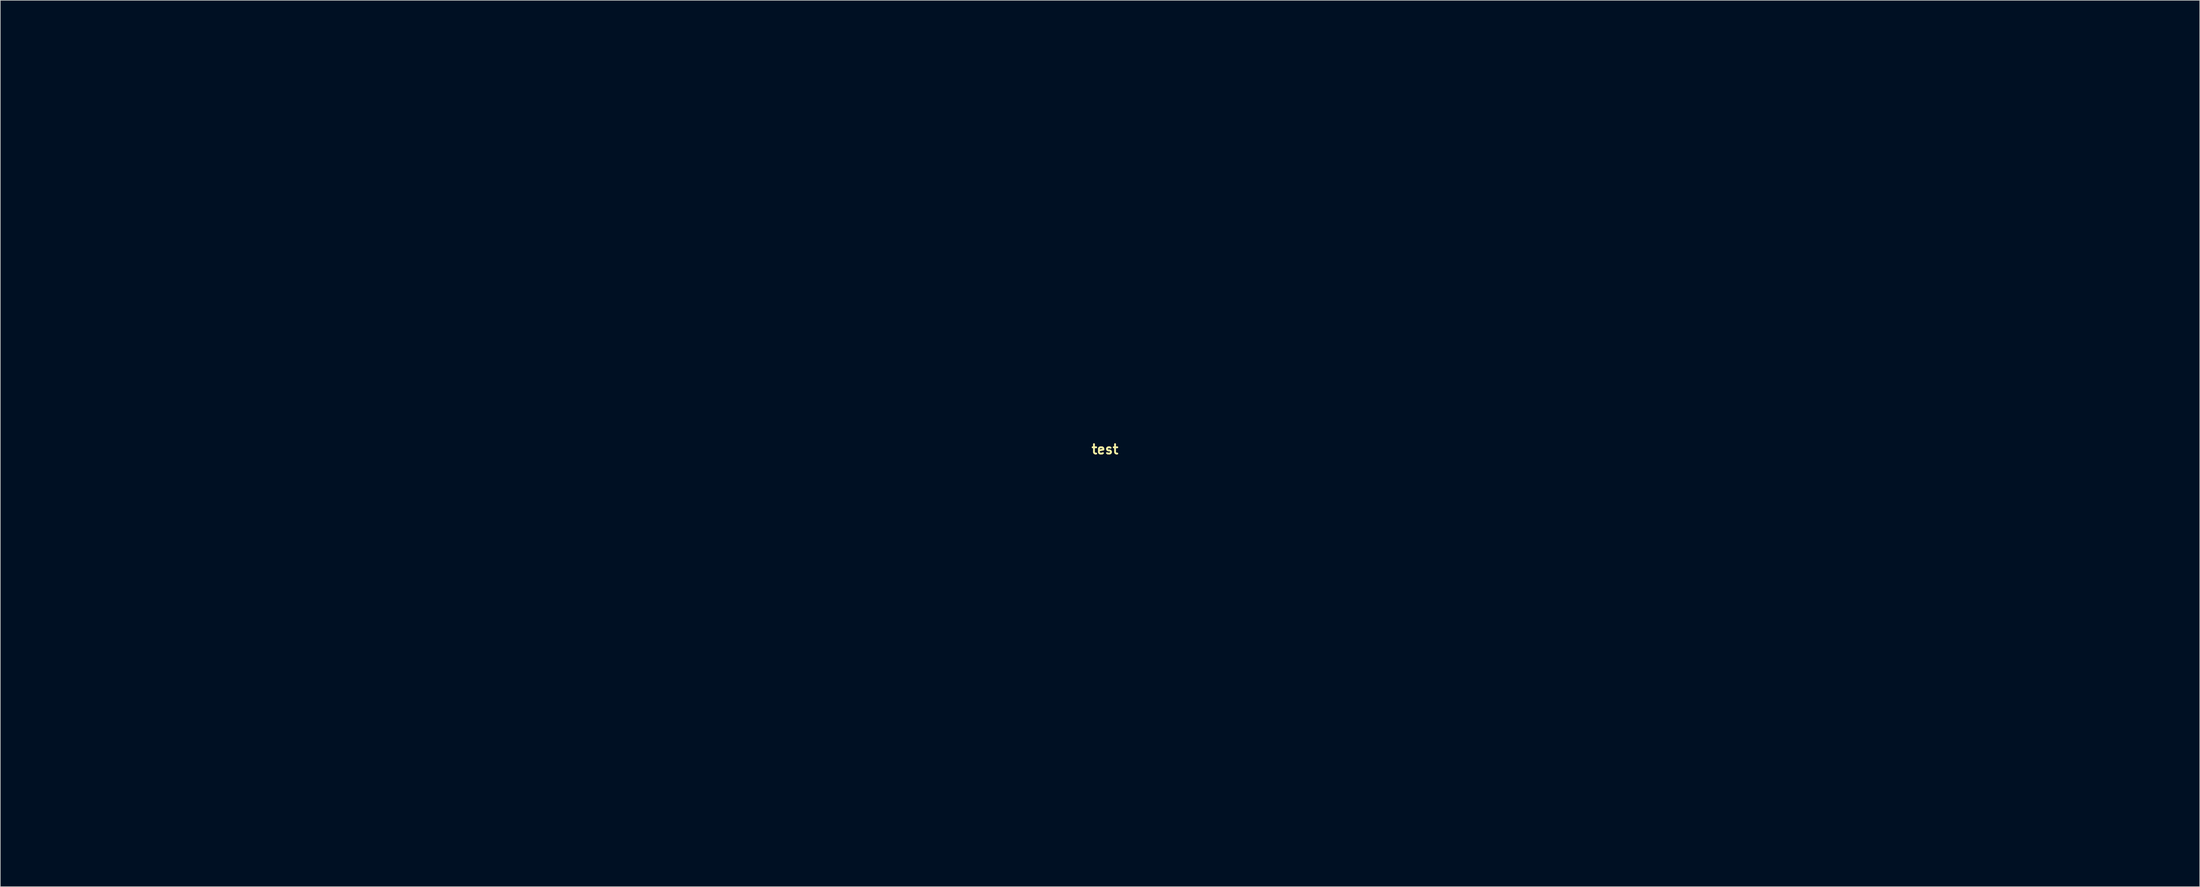
<source format=kicad_pcb>
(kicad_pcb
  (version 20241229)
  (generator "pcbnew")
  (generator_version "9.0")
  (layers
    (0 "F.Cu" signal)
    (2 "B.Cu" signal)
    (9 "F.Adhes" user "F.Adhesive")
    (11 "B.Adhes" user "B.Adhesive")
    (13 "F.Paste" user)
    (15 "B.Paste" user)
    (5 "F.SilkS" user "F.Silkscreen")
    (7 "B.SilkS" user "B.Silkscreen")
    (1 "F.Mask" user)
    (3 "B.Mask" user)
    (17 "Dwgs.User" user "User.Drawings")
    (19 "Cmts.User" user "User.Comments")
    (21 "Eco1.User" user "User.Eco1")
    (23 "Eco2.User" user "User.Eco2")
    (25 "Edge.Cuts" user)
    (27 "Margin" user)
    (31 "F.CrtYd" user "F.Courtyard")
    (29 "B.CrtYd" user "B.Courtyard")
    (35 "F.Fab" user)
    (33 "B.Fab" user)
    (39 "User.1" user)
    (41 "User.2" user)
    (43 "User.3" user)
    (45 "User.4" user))
  (footprint "test"
    (layer "F.Cu")
    (at 175.653 69.684)
    (property "Reference" "test" (at 0 0 0) (layer "F.SilkS") (effects (font (size 1.524 1.524) (thickness 0.3))))
    (attr board_only exclude_from_pos_files exclude_from_bom)
    (fp_poly (pts (xy 135.434 -69.677) (xy 139.342 -69.657) (xy 142.141 -69.64) (xy 159.934 -69.527) (xy 160.185 -62.854) (xy 146.068 -62.848) (xy 142.647 -62.835) (xy 139.488 -62.802) (xy 136.699 -62.751) (xy 134.386 -62.686) (xy 132.655 -62.609) (xy 131.612 -62.523) (xy 131.358 -62.465) (xy 130.997 -61.894) (xy 131.069 -61.596) (xy 131.455 -61.446) (xy 132.44 -61.324) (xy 134.072 -61.228) (xy 136.4 -61.156) (xy 139.471 -61.106) (xy 143.332 -61.077) (xy 145.439 -61.069) (xy 149.117 -61.055) (xy 152.766 -61.029) (xy 156.23 -60.994) (xy 159.356 -60.952) (xy 161.987 -60.904) (xy 163.97 -60.853) (xy 164.512 -60.833) (xy 166.659 -60.739) (xy 168.13 -60.631) (xy 169.111 -60.463) (xy 169.787 -60.189) (xy 170.344 -59.764) (xy 170.859 -59.249) (xy 172.198 -57.868) (xy 172.835 -18.279) (xy 172.936 -12.026) (xy 173.038 -5.671) (xy 173.142 0.686) (xy 173.243 6.945) (xy 173.342 13.005) (xy 173.436 18.766) (xy 173.524 24.127) (xy 173.604 28.987) (xy 173.675 33.247) (xy 173.734 36.806) (xy 173.763 38.537) (xy 174.054 55.764) (xy 172.548 57.086) (xy 171.952 57.591) (xy 171.395 57.953) (xy 170.72 58.205) (xy 169.771 58.378) (xy 168.393 58.501) (xy 166.429 58.607) (xy 164.451 58.694) (xy 161.655 58.794) (xy 158.333 58.878) (xy 154.823 58.941) (xy 151.459 58.975) (xy 149.964 58.98) (xy 147.134 58.989) (xy 145.056 59.021) (xy 143.62 59.086) (xy 142.717 59.193) (xy 142.238 59.35) (xy 142.073 59.567) (xy 142.068 59.625) (xy 142.17 59.841) (xy 142.545 60.003) (xy 143.293 60.12) (xy 144.516 60.198) (xy 146.315 60.245) (xy 148.792 60.267) (xy 151.352 60.271) (xy 154.517 60.292) (xy 157.21 60.352) (xy 159.333 60.446) (xy 160.789 60.571) (xy 161.469 60.717) (xy 161.919 61.09) (xy 162.173 61.748) (xy 162.283 62.9) (xy 162.302 64.174) (xy 162.227 66.047) (xy 162 67.098) (xy 161.764 67.353) (xy 161.283 67.371) (xy 159.98 67.389) (xy 157.89 67.407) (xy 155.048 67.425) (xy 151.493 67.443) (xy 147.259 67.461) (xy 142.382 67.479) (xy 136.9 67.497) (xy 130.848 67.514) (xy 124.263 67.532) (xy 117.18 67.549) (xy 109.636 67.566) (xy 101.667 67.583) (xy 93.309 67.6) (xy 84.599 67.616) (xy 75.572 67.632) (xy 66.266 67.647) (xy 56.715 67.662) (xy 46.957 67.676) (xy 37.027 67.69) (xy 26.962 67.703) (xy 16.797 67.716) (xy 6.57 67.728) (xy -3.684 67.739) (xy -13.929 67.75) (xy -24.128 67.759) (xy -34.245 67.768) (xy -44.244 67.776) (xy -54.088 67.783) (xy -63.743 67.79) (xy -73.17 67.795) (xy -82.335 67.799) (xy -91.2 67.802) (xy -99.731 67.804) (xy -107.889 67.805) (xy -115.64 67.805) (xy -122.948 67.803) (xy -129.775 67.8) (xy -136.085 67.796) (xy -141.844 67.791) (xy -147.013 67.784) (xy -151.558 67.776) (xy -155.442 67.766) (xy -158.628 67.755) (xy -161.081 67.743) (xy -162.764 67.728) (xy -163.641 67.713) (xy -163.766 67.704) (xy -163.973 67.052) (xy -164.048 65.853) (xy -164.029 65.145) (xy -158.427 65.145) (xy -130.588 64.842) (xy -125.767 64.786) (xy -121.2 64.727) (xy -116.959 64.665) (xy -113.117 64.603) (xy -109.748 64.541) (xy -106.923 64.481) (xy -104.717 64.425) (xy -103.202 64.373) (xy -102.451 64.326) (xy -102.383 64.313) (xy -102.151 64.111) (xy -102.178 63.989) (xy -95.573 63.989) (xy -95.46 64.094) (xy -95.09 64.186) (xy -94.413 64.266) (xy -93.379 64.335) (xy -91.939 64.393) (xy -90.043 64.442) (xy -87.644 64.481) (xy -84.689 64.513) (xy -81.132 64.537) (xy -76.922 64.555) (xy -72.009 64.567) (xy -66.345 64.574) (xy -59.88 64.576) (xy -58.369 64.576) (xy -52.773 64.573) (xy -47.417 64.565) (xy -42.364 64.551) (xy -37.677 64.532) (xy -33.422 64.509) (xy -29.66 64.483) (xy -26.455 64.453) (xy -23.872 64.419) (xy -21.973 64.384) (xy -20.822 64.346) (xy -20.484 64.315) (xy -19.891 63.78) (xy -19.809 63.475) (xy -15.068 63.475) (xy -14.675 63.891) (xy -13.646 64.2) (xy -12.201 64.363) (xy -10.562 64.341) (xy -10.332 64.321) (xy -9.284 64.226) (xy -8.718 64.181) (xy -8.24 63.799) (xy -8.18 63.5) (xy -8.342 63.169) (xy -8.93 62.97) (xy -10.098 62.875) (xy -11.624 62.854) (xy -13.406 62.887) (xy -14.475 63.003) (xy -14.976 63.229) (xy -15.068 63.475) (xy -19.809 63.475) (xy -19.803 63.454) (xy -19.907 63.345) (xy -20.252 63.25) (xy -20.889 63.168) (xy -21.869 63.097) (xy -23.243 63.038) (xy -25.062 62.988) (xy -27.376 62.948) (xy -30.238 62.916) (xy -33.697 62.892) (xy -37.805 62.875) (xy -42.612 62.863) (xy -48.17 62.857) (xy -54.53 62.854) (xy -55.691 62.854) (xy -61.224 62.857) (xy -66.543 62.867) (xy -71.582 62.882) (xy -76.272 62.902) (xy -80.545 62.927) (xy -84.333 62.956) (xy -87.569 62.989) (xy -90.184 63.025) (xy -92.11 63.064) (xy -93.281 63.105) (xy -93.576 63.128) (xy -94.925 63.434) (xy -95.544 63.863) (xy -95.573 63.989) (xy -102.178 63.989) (xy -102.19 63.937) (xy -102.551 63.788) (xy -103.288 63.664) (xy -104.453 63.56) (xy -106.098 63.477) (xy -108.277 63.412) (xy -111.041 63.362) (xy -114.443 63.326) (xy -118.537 63.303) (xy -123.373 63.29) (xy -129.006 63.285) (xy -130.469 63.285) (xy -158.427 63.285) (xy -158.427 65.145) (xy -164.029 65.145) (xy -164.008 64.406) (xy -163.868 63.013) (xy -163.643 61.974) (xy -163.452 61.624) (xy -162.794 61.444) (xy -161.311 61.292) (xy -159.038 61.169) (xy -156.01 61.079) (xy -153.227 61.033) (xy -150.057 60.988) (xy -147.65 60.933) (xy -145.905 60.862) (xy -144.724 60.765) (xy -144.613 60.745) (xy -140.339 60.745) (xy -140.111 61.483) (xy -139.215 61.854) (xy -137.575 61.92) (xy -137.23 61.906) (xy -134.534 61.778) (xy -134.534 60.315) (xy -130.918 60.315) (xy -130.808 60.502) (xy -130.447 60.658) (xy -129.781 60.785) (xy -128.758 60.885) (xy -127.323 60.96) (xy -125.422 61.011) (xy -123.002 61.041) (xy -120.01 61.05) (xy -116.391 61.041) (xy -112.092 61.016) (xy -107.06 60.976) (xy -101.24 60.923) (xy -98.863 60.901) (xy -93.728 60.847) (xy -88.844 60.786) (xy -84.277 60.719) (xy -80.097 60.649) (xy -76.764 60.584) (xy -63.703 60.584) (xy -63.317 61.198) (xy -62.353 61.47) (xy -60.681 61.48) (xy -60.6 61.476) (xy -57.903 61.347) (xy -57.769 59.948) (xy -54.162 59.948) (xy -54.154 60.107) (xy -54.022 60.242) (xy -53.7 60.355) (xy -53.125 60.448) (xy -52.232 60.522) (xy -50.956 60.581) (xy -49.234 60.625) (xy -47 60.657) (xy -44.191 60.679) (xy -40.741 60.692) (xy -36.587 60.699) (xy -31.664 60.702) (xy -29.306 60.702) (xy -4.305 60.702) (xy -4.305 62.122) (xy -4.157 63.263) (xy -3.8 64.048) (xy -3.788 64.06) (xy -3.052 64.388) (xy -1.86 64.555) (xy -0.514 64.565) (xy 0.686 64.422) (xy 1.44 64.129) (xy 1.541 63.997) (xy 1.658 63.493) (xy 6.132 63.493) (xy 6.326 63.87) (xy 6.859 64.001) (xy 8.024 64.098) (xy 9.593 64.144) (xy 9.973 64.146) (xy 11.719 64.114) (xy 12.76 64) (xy 13.249 63.774) (xy 13.346 63.5) (xy 13.205 63.213) (xy 17.651 63.213) (xy 17.914 63.834) (xy 17.938 63.859) (xy 18.402 63.901) (xy 19.664 63.942) (xy 21.663 63.981) (xy 24.337 64.016) (xy 27.624 64.048) (xy 31.461 64.077) (xy 35.786 64.101) (xy 40.537 64.12) (xy 45.653 64.135) (xy 51.07 64.143) (xy 56.038 64.146) (xy 62.668 64.144) (xy 68.489 64.14) (xy 73.552 64.132) (xy 77.907 64.118) (xy 81.606 64.099) (xy 84.701 64.073) (xy 87.243 64.04) (xy 89.282 63.998) (xy 90.871 63.947) (xy 92.06 63.885) (xy 92.901 63.813) (xy 93.446 63.729) (xy 93.744 63.632) (xy 93.849 63.521) (xy 93.851 63.5) (xy 100.308 63.5) (xy 100.387 63.629) (xy 100.663 63.741) (xy 101.194 63.835) (xy 102.04 63.914) (xy 103.261 63.978) (xy 104.914 64.03) (xy 107.059 64.07) (xy 109.756 64.1) (xy 113.063 64.122) (xy 117.039 64.135) (xy 121.743 64.143) (xy 127.235 64.146) (xy 128.722 64.146) (xy 134.418 64.144) (xy 139.311 64.138) (xy 143.462 64.126) (xy 146.929 64.106) (xy 149.771 64.079) (xy 152.047 64.041) (xy 153.817 63.992) (xy 155.139 63.931) (xy 156.072 63.856) (xy 156.676 63.766) (xy 157.009 63.659) (xy 157.131 63.534) (xy 157.136 63.5) (xy 157.057 63.371) (xy 156.781 63.259) (xy 156.25 63.165) (xy 155.404 63.086) (xy 154.183 63.022) (xy 152.53 62.97) (xy 150.385 62.93) (xy 147.688 62.9) (xy 144.381 62.878) (xy 140.405 62.865) (xy 135.701 62.857) (xy 130.21 62.854) (xy 128.722 62.854) (xy 123.026 62.856) (xy 118.133 62.862) (xy 113.982 62.874) (xy 110.515 62.894) (xy 107.673 62.921) (xy 105.397 62.959) (xy 103.627 63.008) (xy 102.305 63.069) (xy 101.372 63.144) (xy 100.768 63.234) (xy 100.435 63.341) (xy 100.313 63.466) (xy 100.308 63.5) (xy 93.851 63.5) (xy 93.775 63.387) (xy 93.515 63.288) (xy 93.018 63.202) (xy 92.234 63.128) (xy 91.112 63.064) (xy 89.601 63.012) (xy 87.649 62.968) (xy 85.205 62.933) (xy 82.219 62.906) (xy 78.638 62.885) (xy 74.413 62.871) (xy 69.492 62.861) (xy 63.824 62.856) (xy 57.358 62.854) (xy 55.751 62.854) (xy 50.105 62.858) (xy 44.713 62.87) (xy 39.634 62.888) (xy 34.93 62.913) (xy 30.662 62.944) (xy 26.892 62.979) (xy 23.682 63.02) (xy 21.091 63.064) (xy 19.182 63.112) (xy 18.015 63.163) (xy 17.651 63.213) (xy 13.205 63.213) (xy 13.183 63.168) (xy 12.592 62.969) (xy 11.419 62.874) (xy 9.927 62.854) (xy 7.838 62.923) (xy 6.579 63.135) (xy 6.132 63.493) (xy 1.658 63.493) (xy 1.738 63.153) (xy 1.859 62.167) (xy 1.955 60.917) (xy 18.305 60.655) (xy 22.605 60.589) (xy 27.178 60.526) (xy 31.823 60.468) (xy 36.335 60.416) (xy 40.511 60.374) (xy 44.15 60.343) (xy 45.957 60.332) (xy 49.431 60.307) (xy 52.134 60.27) (xy 54.157 60.217) (xy 55.589 60.14) (xy 55.777 60.119) (xy 60.289 60.119) (xy 60.673 60.734) (xy 61.633 61.042) (xy 63.302 61.132) (xy 63.451 61.132) (xy 65.194 61.05) (xy 66.192 60.811) (xy 66.401 60.61) (xy 66.463 59.795) (xy 66.444 59.625) (xy 69.742 59.625) (xy 69.821 59.752) (xy 70.094 59.862) (xy 70.619 59.955) (xy 71.455 60.033) (xy 72.66 60.097) (xy 74.29 60.149) (xy 76.404 60.19) (xy 79.06 60.221) (xy 82.315 60.243) (xy 86.227 60.258) (xy 90.853 60.267) (xy 96.253 60.271) (xy 99.447 60.271) (xy 105.28 60.269) (xy 110.309 60.264) (xy 114.592 60.252) (xy 118.188 60.234) (xy 121.154 60.208) (xy 123.548 60.172) (xy 125.428 60.126) (xy 126.851 60.069) (xy 127.875 59.998) (xy 128.558 59.913) (xy 128.958 59.812) (xy 129.132 59.695) (xy 129.153 59.625) (xy 129.074 59.499) (xy 128.801 59.389) (xy 128.276 59.296) (xy 127.439 59.218) (xy 126.235 59.154) (xy 124.605 59.101) (xy 122.491 59.061) (xy 119.835 59.03) (xy 116.58 59.007) (xy 112.668 58.993) (xy 108.042 58.984) (xy 102.642 58.98) (xy 99.447 58.98) (xy 93.615 58.981) (xy 88.586 58.987) (xy 84.302 58.999) (xy 80.707 59.017) (xy 77.741 59.043) (xy 75.347 59.079) (xy 73.467 59.124) (xy 72.044 59.182) (xy 71.02 59.253) (xy 70.337 59.338) (xy 69.937 59.439) (xy 69.763 59.556) (xy 69.742 59.625) (xy 66.444 59.625) (xy 66.383 59.085) (xy 66.22 58.551) (xy 65.855 58.264) (xy 65.081 58.164) (xy 63.693 58.193) (xy 63.343 58.208) (xy 61.765 58.318) (xy 60.861 58.511) (xy 60.44 58.843) (xy 60.347 59.112) (xy 60.289 60.119) (xy 55.777 60.119) (xy 56.521 60.036) (xy 57.043 59.898) (xy 57.246 59.722) (xy 57.258 59.652) (xy 57.163 59.53) (xy 56.842 59.424) (xy 56.237 59.331) (xy 55.292 59.252) (xy 53.952 59.184) (xy 52.159 59.126) (xy 49.857 59.076) (xy 46.99 59.033) (xy 43.501 58.996) (xy 39.334 58.964) (xy 34.433 58.934) (xy 28.741 58.905) (xy 27.23 58.899) (xy 21.252 58.878) (xy 14.781 58.865) (xy 7.989 58.86) (xy 1.054 58.864) (xy -5.851 58.875) (xy -12.549 58.893) (xy -18.866 58.919) (xy -24.626 58.951) (xy -28.408 58.98) (xy -33.754 59.026) (xy -38.304 59.069) (xy -42.121 59.112) (xy -45.271 59.157) (xy -47.816 59.205) (xy -49.823 59.261) (xy -51.355 59.326) (xy -52.475 59.403) (xy -53.25 59.493) (xy -53.743 59.6) (xy -54.018 59.726) (xy -54.14 59.873) (xy -54.162 59.948) (xy -57.769 59.948) (xy -57.767 59.928) (xy -57.631 58.508) (xy -60.561 58.636) (xy -62.163 58.744) (xy -63.091 58.93) (xy -63.53 59.248) (xy -63.64 59.543) (xy -63.703 60.584) (xy -76.764 60.584) (xy -76.372 60.576) (xy -73.17 60.502) (xy -70.561 60.428) (xy -68.612 60.356) (xy -67.392 60.287) (xy -66.973 60.228) (xy -66.805 59.68) (xy -66.901 59.525) (xy -67.382 59.466) (xy -68.641 59.417) (xy -70.596 59.378) (xy -73.164 59.348) (xy -76.263 59.327) (xy -79.809 59.314) (xy -83.721 59.309) (xy -87.916 59.312) (xy -92.311 59.322) (xy -96.824 59.338) (xy -101.371 59.362) (xy -105.871 59.391) (xy -110.241 59.425) (xy -114.398 59.465) (xy -118.259 59.509) (xy -121.743 59.558) (xy -124.766 59.61) (xy -127.246 59.667) (xy -129.1 59.726) (xy -130.246 59.787) (xy -130.6 59.841) (xy -130.831 60.095) (xy -130.918 60.315) (xy -134.534 60.315) (xy -134.534 58.764) (xy -137.009 58.635) (xy -138.429 58.595) (xy -139.243 58.716) (xy -139.701 59.077) (xy -139.971 59.577) (xy -140.339 60.745) (xy -144.613 60.745) (xy -144.008 60.635) (xy -143.658 60.465) (xy -143.575 60.271) (xy -143.68 60.06) (xy -144.062 59.894) (xy -144.818 59.767) (xy -146.045 59.67) (xy -147.842 59.595) (xy -150.306 59.534) (xy -153.476 59.482) (xy -156.666 59.428) (xy -159.892 59.363) (xy -162.944 59.29) (xy -165.612 59.215) (xy -167.686 59.142) (xy -168.114 59.124) (xy -170.202 59.019) (xy -171.626 58.895) (xy -172.583 58.703) (xy -173.27 58.392) (xy -173.882 57.913) (xy -174.251 57.566) (xy -175.653 56.222) (xy -175.62 52.93) (xy -171.759 52.93) (xy -171.75 54.602) (xy -171.694 55.763) (xy -171.626 56.159) (xy -171.43 56.393) (xy -170.976 56.566) (xy -170.151 56.688) (xy -168.845 56.766) (xy -166.947 56.809) (xy -164.347 56.826) (xy -162.996 56.827) (xy -160.361 56.814) (xy -157.995 56.778) (xy -156.043 56.723) (xy -154.65 56.653) (xy -153.962 56.572) (xy -153.942 56.566) (xy -153.682 56.356) (xy -153.496 55.878) (xy -153.373 55.006) (xy -153.323 54.043) (xy -147.637 54.043) (xy -147.59 55.239) (xy -147.478 55.966) (xy -147.29 56.353) (xy -147.012 56.531) (xy -146.941 56.554) (xy -146.126 56.656) (xy -144.679 56.702) (xy -142.758 56.7) (xy -140.525 56.655) (xy -138.14 56.574) (xy -135.764 56.465) (xy -133.558 56.333) (xy -131.681 56.187) (xy -130.294 56.031) (xy -129.558 55.874) (xy -129.487 55.825) (xy -129.373 55.234) (xy -129.319 54.521) (xy -123.777 54.521) (xy -123.728 55.595) (xy -123.677 55.867) (xy -123.413 56.058) (xy -122.72 56.194) (xy -121.509 56.281) (xy -119.689 56.323) (xy -117.171 56.324) (xy -114.584 56.298) (xy -105.69 56.181) (xy -105.475 49.608) (xy -105.471 49.467) (xy -99.878 49.467) (xy -99.863 52.023) (xy -99.821 54.277) (xy -99.757 56.091) (xy -99.676 57.325) (xy -99.583 57.84) (xy -99.581 57.841) (xy -99.074 57.931) (xy -97.851 57.997) (xy -96.057 58.035) (xy -93.836 58.041) (xy -91.725 58.021) (xy -84.164 57.903) (xy -84.164 49.343) (xy -81.797 49.343) (xy -81.796 52.282) (xy -81.771 54.472) (xy -81.688 56.022) (xy -81.512 57.045) (xy -81.211 57.651) (xy -80.749 57.952) (xy -80.093 58.059) (xy -79.209 58.083) (xy -79.121 58.085) (xy -79.072 58.079) (xy 132.597 58.079) (xy 132.597 61.172) (xy 135.503 61.044) (xy 138.408 60.917) (xy 138.408 58.334) (xy 135.503 58.207) (xy 132.597 58.079) (xy -79.072 58.079) (xy -77.846 57.944) (xy -77.139 57.394) (xy -77.076 57.286) (xy -76.921 56.564) (xy -76.863 55.907) (xy -52.113 55.907) (xy -50.918 56.055) (xy -50.158 56.092) (xy -48.702 56.113) (xy -46.681 56.118) (xy -44.229 56.111) (xy -41.478 56.092) (xy -38.562 56.063) (xy -35.611 56.026) (xy -32.76 55.982) (xy -30.141 55.933) (xy -27.886 55.881) (xy -26.128 55.827) (xy -24.999 55.773) (xy -24.647 55.733) (xy -24.426 55.418) (xy -24.269 54.576) (xy -24.169 53.116) (xy -24.122 51.102) (xy -21.031 51.102) (xy -20.968 52.632) (xy -20.805 53.527) (xy -20.572 53.88) (xy -19.985 53.99) (xy -18.68 54.087) (xy -16.802 54.164) (xy -14.494 54.216) (xy -11.901 54.237) (xy -11.784 54.237) (xy -8.782 54.227) (xy -6.536 54.187) (xy -4.94 54.108) (xy -3.889 53.985) (xy -3.279 53.809) (xy -3.051 53.643) (xy -2.796 52.841) (xy -2.668 51.225) (xy -2.669 48.832) (xy -2.675 48.585) (xy -2.68 48.422) (xy 1.292 48.422) (xy 1.306 50.984) (xy 1.344 53.276) (xy 1.403 55.148) (xy 1.478 56.451) (xy 1.557 57.018) (xy 1.761 57.289) (xy 2.217 57.474) (xy 3.055 57.583) (xy 4.407 57.627) (xy 6.402 57.62) (xy 8.122 57.592) (xy 14.422 57.473) (xy 14.539 49.133) (xy 14.541 48.863) (xy 19.588 48.863) (xy 19.592 51.437) (xy 19.615 53.277) (xy 19.674 54.509) (xy 19.787 55.261) (xy 19.971 55.658) (xy 20.241 55.828) (xy 20.536 55.886) (xy 21.408 56.335) (xy 21.749 56.854) (xy 22.006 57.302) (xy 22.552 57.555) (xy 23.588 57.667) (xy 24.983 57.688) (xy 26.614 57.651) (xy 27.599 57.505) (xy 28.153 57.196) (xy 28.406 56.842) (xy 28.709 56.452) (xy 29.234 56.193) (xy 30.149 56.03) (xy 31.624 55.929) (xy 33.264 55.873) (xy 37.669 55.751) (xy 37.669 50.714) (xy 40.966 50.714) (xy 40.968 52.729) (xy 41 54.293) (xy 41.057 55.238) (xy 41.091 55.417) (xy 41.328 55.6) (xy 41.938 55.736) (xy 43.011 55.829) (xy 44.636 55.881) (xy 46.902 55.898) (xy 49.899 55.883) (xy 51.543 55.866) (xy 61.778 55.751) (xy 61.778 47.891) (xy 64.94 47.891) (xy 64.962 50.01) (xy 65.01 52.035) (xy 65.082 53.776) (xy 65.176 55.043) (xy 65.289 55.643) (xy 65.29 55.645) (xy 65.764 55.741) (xy 66.968 55.815) (xy 68.772 55.865) (xy 71.044 55.886) (xy 73.654 55.876) (xy 74.401 55.867) (xy 83.303 55.751) (xy 83.394 51.344) (xy 88.758 51.344) (xy 88.819 53.487) (xy 88.965 54.832) (xy 89.156 55.37) (xy 89.771 55.601) (xy 91.082 55.781) (xy 92.925 55.913) (xy 95.136 55.995) (xy 97.551 56.027) (xy 100.008 56.011) (xy 102.342 55.947) (xy 104.389 55.834) (xy 105.986 55.672) (xy 106.969 55.463) (xy 107.179 55.341) (xy 107.384 54.839) (xy 107.492 53.872) (xy 107.507 52.33) (xy 107.431 50.106) (xy 107.34 48.346) (xy 106.981 41.975) (xy 88.9 41.975) (xy 88.781 48.374) (xy 88.758 51.344) (xy 83.394 51.344) (xy 83.427 49.724) (xy 83.456 47.454) (xy 83.448 45.427) (xy 83.407 43.833) (xy 83.335 42.86) (xy 83.311 42.728) (xy 83.211 42.402) (xy 83.018 42.159) (xy 82.618 41.987) (xy 81.901 41.873) (xy 80.751 41.805) (xy 79.057 41.772) (xy 76.704 41.76) (xy 74.28 41.759) (xy 71.079 41.774) (xy 68.657 41.821) (xy 66.933 41.905) (xy 65.825 42.031) (xy 65.252 42.204) (xy 65.147 42.297) (xy 65.046 42.882) (xy 64.98 44.137) (xy 64.945 45.87) (xy 64.94 47.891) (xy 61.778 47.891) (xy 61.778 41.975) (xy 41.114 41.975) (xy 40.994 48.413) (xy 40.966 50.714) (xy 37.669 50.714) (xy 37.669 41.975) (xy 33.042 41.852) (xy 30.991 41.786) (xy 29.652 41.695) (xy 28.875 41.55) (xy 28.513 41.32) (xy 28.415 40.976) (xy 28.414 40.913) (xy 28.065 40.136) (xy 27.001 39.74) (xy 25.196 39.717) (xy 24.227 39.815) (xy 22.742 40.079) (xy 21.935 40.449) (xy 21.647 40.911) (xy 21.096 41.612) (xy 20.513 41.843) (xy 20.167 41.924) (xy 19.921 42.137) (xy 19.756 42.61) (xy 19.658 43.468) (xy 19.608 44.839) (xy 19.59 46.849) (xy 19.588 48.863) (xy 14.541 48.863) (xy 14.566 45.938) (xy 14.544 43.523) (xy 14.468 41.811) (xy 14.335 40.721) (xy 14.142 40.176) (xy 14.13 40.16) (xy 13.751 39.895) (xy 13.045 39.726) (xy 11.876 39.642) (xy 10.105 39.632) (xy 7.986 39.674) (xy 5.839 39.755) (xy 3.984 39.871) (xy 2.602 40.007) (xy 1.872 40.149) (xy 1.83 40.17) (xy 1.624 40.555) (xy 1.472 41.461) (xy 1.37 42.971) (xy 1.312 45.168) (xy 1.292 48.136) (xy 1.292 48.422) (xy -2.68 48.422) (xy -2.798 44.127) (xy -20.88 44.127) (xy -21.003 48.828) (xy -21.031 51.102) (xy -24.122 51.102) (xy -24.118 50.949) (xy -24.108 48.922) (xy -24.12 46.346) (xy -24.162 44.505) (xy -24.248 43.275) (xy -24.39 42.529) (xy -24.6 42.143) (xy -24.789 42.021) (xy -25.426 41.942) (xy -26.786 41.88) (xy -28.731 41.835) (xy -31.125 41.807) (xy -33.829 41.795) (xy -36.706 41.797) (xy -39.619 41.815) (xy -42.429 41.847) (xy -45 41.893) (xy -47.194 41.952) (xy -48.873 42.024) (xy -49.9 42.109) (xy -49.939 42.114) (xy -51.876 42.405) (xy -51.995 49.156) (xy -52.113 55.907) (xy -76.863 55.907) (xy -76.792 55.106) (xy -76.697 53.035) (xy -76.642 50.477) (xy -76.636 49.467) (xy -73.617 49.467) (xy -73.588 51.292) (xy -73.512 52.783) (xy -73.4 53.735) (xy -73.321 53.966) (xy -72.82 54.049) (xy -71.591 54.112) (xy -69.767 54.152) (xy -67.48 54.167) (xy -64.863 54.153) (xy -64.173 54.145) (xy -55.32 54.029) (xy -55.197 49.328) (xy -55.169 47.053) (xy -55.232 45.524) (xy -55.395 44.629) (xy -55.628 44.276) (xy -56.217 44.165) (xy -57.522 44.067) (xy -59.396 43.99) (xy -61.693 43.938) (xy -64.223 43.918) (xy -67.129 43.926) (xy -69.294 43.962) (xy -70.836 44.034) (xy -71.874 44.152) (xy -72.526 44.325) (xy -72.913 44.562) (xy -72.94 44.588) (xy -73.276 45.139) (xy -73.485 46.087) (xy -73.591 47.593) (xy -73.617 49.467) (xy -76.636 49.467) (xy -76.631 48.507) (xy -76.632 45.61) (xy -76.662 43.462) (xy -76.756 41.951) (xy -76.951 40.965) (xy -77.282 40.393) (xy -77.787 40.122) (xy -78.501 40.041) (xy -79.378 40.037) (xy -80.172 40.069) (xy -80.77 40.234) (xy -81.2 40.641) (xy -81.49 41.395) (xy -81.666 42.603) (xy -81.758 44.373) (xy -81.792 46.81) (xy -81.797 49.343) (xy -84.164 49.343) (xy -84.164 40.253) (xy -91.334 40.135) (xy -94.048 40.101) (xy -96.031 40.109) (xy -97.412 40.169) (xy -98.319 40.289) (xy -98.883 40.478) (xy -99.191 40.704) (xy -99.438 41.067) (xy -99.619 41.675) (xy -99.744 42.645) (xy -99.823 44.097) (xy -99.864 46.151) (xy -99.878 48.927) (xy -99.878 49.467) (xy -105.471 49.467) (xy -105.409 47.299) (xy -105.37 45.287) (xy -105.36 43.734) (xy -105.38 42.799) (xy -105.403 42.612) (xy -105.874 42.464) (xy -107.125 42.344) (xy -109.075 42.256) (xy -111.643 42.203) (xy -114.105 42.19) (xy -117.048 42.196) (xy -119.245 42.221) (xy -120.811 42.275) (xy -121.861 42.368) (xy -122.511 42.508) (xy -122.874 42.707) (xy -123.053 42.943) (xy -123.203 43.624) (xy -123.354 44.965) (xy -123.495 46.764) (xy -123.618 48.821) (xy -123.713 50.933) (xy -123.769 52.901) (xy -123.777 54.521) (xy -129.319 54.521) (xy -129.276 53.948) (xy -129.203 52.135) (xy -129.164 49.96) (xy -129.159 48.979) (xy -129.16 46.525) (xy -129.183 44.797) (xy -129.249 43.66) (xy -129.379 42.981) (xy -129.594 42.623) (xy -129.914 42.452) (xy -130.184 42.378) (xy -131.004 42.286) (xy -132.455 42.233) (xy -134.375 42.215) (xy -136.597 42.228) (xy -138.958 42.269) (xy -141.293 42.333) (xy -143.437 42.417) (xy -145.226 42.518) (xy -146.495 42.632) (xy -147.08 42.754) (xy -147.091 42.763) (xy -147.224 43.297) (xy -147.353 44.535) (xy -147.467 46.317) (xy -147.555 48.487) (xy -147.587 49.721) (xy -147.632 52.247) (xy -147.637 54.043) (xy -153.323 54.043) (xy -153.301 53.617) (xy -153.267 51.588) (xy -153.261 49.462) (xy -153.261 42.62) (xy -162.061 42.62) (xy -165.313 42.636) (xy -167.775 42.687) (xy -169.519 42.777) (xy -170.615 42.91) (xy -171.135 43.089) (xy -171.183 43.141) (xy -171.32 43.763) (xy -171.45 45.051) (xy -171.565 46.808) (xy -171.66 48.837) (xy -171.726 50.943) (xy -171.759 52.93) (xy -175.62 52.93) (xy -175.398 31.026) (xy -171.342 31.026) (xy -171.32 33.268) (xy -171.257 35.169) (xy -171.162 36.581) (xy -171.045 37.354) (xy -170.981 37.454) (xy -170.557 37.802) (xy -170.129 38.531) (xy -169.818 39.08) (xy -169.366 39.402) (xy -168.565 39.556) (xy -167.203 39.604) (xy -166.387 39.607) (xy -164.672 39.574) (xy -163.631 39.451) (xy -163.079 39.196) (xy -162.858 38.853) (xy -162.384 38.04) (xy -162.118 37.784) (xy -161.559 37.684) (xy -160.282 37.596) (xy -158.431 37.526) (xy -156.149 37.479) (xy -153.58 37.461) (xy -153.573 37.461) (xy -145.491 37.454) (xy -145.081 38.531) (xy -144.797 39.104) (xy -144.347 39.426) (xy -143.511 39.568) (xy -142.071 39.6) (xy -141.756 39.6) (xy -139.938 39.553) (xy -138.786 39.377) (xy -138.106 39.007) (xy -137.704 38.377) (xy -137.637 38.208) (xy -137.024 37.574) (xy -136.537 37.454) (xy -135.875 37.367) (xy -135.398 37.028) (xy -135.08 36.325) (xy -134.896 35.142) (xy -134.82 33.366) (xy -134.822 32.883) (xy -133.456 32.883) (xy -133.426 34.725) (xy -133.349 36.177) (xy -133.222 37.042) (xy -133.156 37.182) (xy -132.514 37.381) (xy -132.187 37.356) (xy -131.932 37.191) (xy -131.744 36.73) (xy -131.608 35.855) (xy -131.513 34.447) (xy -131.445 32.389) (xy -131.402 30.238) (xy -131.395 29.722) (xy -129.576 29.722) (xy -129.572 31.816) (xy -129.541 33.794) (xy -129.484 35.47) (xy -129.402 36.657) (xy -129.296 37.167) (xy -128.775 37.276) (xy -127.584 37.359) (xy -125.913 37.415) (xy -123.951 37.444) (xy -121.889 37.446) (xy -119.918 37.42) (xy -118.226 37.365) (xy -117.005 37.283) (xy -116.488 37.193) (xy -116.228 36.984) (xy -116.042 36.505) (xy -115.919 35.633) (xy -115.846 34.244) (xy -115.813 32.215) (xy -115.811 31.502) (xy -110.628 31.502) (xy -110.609 33.516) (xy -110.56 35.252) (xy -110.48 36.524) (xy -110.369 37.145) (xy -110.354 37.167) (xy -109.806 37.296) (xy -108.589 37.384) (xy -106.892 37.433) (xy -104.905 37.446) (xy -102.82 37.424) (xy -100.825 37.369) (xy -99.111 37.283) (xy -97.868 37.168) (xy -97.301 37.036) (xy -97.035 36.693) (xy -96.837 35.968) (xy -96.691 34.741) (xy -96.583 32.893) (xy -96.583 32.887) (xy -91.676 32.887) (xy -91.666 34.608) (xy -91.612 35.862) (xy -91.525 36.423) (xy -91.298 36.661) (xy -90.749 36.825) (xy -89.759 36.922) (xy -88.211 36.961) (xy -85.985 36.95) (xy -84.497 36.927) (xy -77.707 36.808) (xy -77.651 33.598) (xy -72.516 33.598) (xy -72.504 35.16) (xy -72.454 36.099) (xy -72.431 36.235) (xy -72.297 36.541) (xy -71.994 36.755) (xy -71.394 36.889) (xy -70.367 36.957) (xy -68.785 36.971) (xy -66.519 36.944) (xy -65.492 36.927) (xy -58.764 36.808) (xy -58.764 29.895) (xy -53.383 29.895) (xy -53.365 32.188) (xy -53.316 34.17) (xy -53.241 35.684) (xy -53.149 36.574) (xy -53.096 36.737) (xy -52.587 36.836) (xy -51.373 36.92) (xy -49.609 36.983) (xy -47.452 37.019) (xy -46.208 37.024) (xy -43.681 37.016) (xy -41.89 36.982) (xy -40.71 36.909) (xy -40.014 36.782) (xy -39.677 36.587) (xy -39.575 36.309) (xy -39.572 36.27) (xy -39.528 34.72) (xy -39.512 32.786) (xy -39.521 30.648) (xy -39.532 29.857) (xy -34.441 29.857) (xy -34.423 32.157) (xy -34.374 34.146) (xy -34.3 35.668) (xy -34.207 36.567) (xy -34.154 36.737) (xy -33.645 36.836) (xy -32.43 36.921) (xy -30.667 36.984) (xy -28.511 37.019) (xy -27.274 37.024) (xy -24.763 37.019) (xy -22.981 36.994) (xy -21.797 36.93) (xy -21.079 36.806) (xy -20.695 36.606) (xy -20.514 36.311) (xy -20.441 36.055) (xy -20.362 35.282) (xy -20.313 33.837) (xy -20.295 31.909) (xy -20.314 29.686) (xy -20.318 29.463) (xy -15.498 29.463) (xy -15.481 31.734) (xy -15.432 33.732) (xy -15.359 35.282) (xy -15.268 36.208) (xy -15.233 36.353) (xy -15.035 36.617) (xy -14.592 36.799) (xy -13.777 36.91) (xy -12.466 36.96) (xy -10.53 36.96) (xy -8.237 36.927) (xy -1.507 36.808) (xy -1.507 29.846) (xy 3.481 29.846) (xy 3.518 31.94) (xy 3.608 33.828) (xy 3.751 35.297) (xy 3.916 36.066) (xy 4.083 36.439) (xy 4.347 36.7) (xy 4.842 36.866) (xy 5.703 36.953) (xy 7.063 36.979) (xy 9.058 36.959) (xy 10.861 36.927) (xy 17.436 36.808) (xy 17.436 32.389) (xy 22.883 32.389) (xy 22.91 34.348) (xy 22.999 35.649) (xy 23.158 36.395) (xy 23.343 36.662) (xy 24.065 36.84) (xy 25.438 36.959) (xy 27.26 37.021) (xy 29.33 37.03) (xy 31.447 36.988) (xy 33.408 36.898) (xy 35.012 36.763) (xy 36.058 36.586) (xy 36.308 36.483) (xy 36.445 36.339) (xy 41.975 36.339) (xy 43.051 36.639) (xy 44.553 36.887) (xy 46.72 36.971) (xy 49.619 36.891) (xy 52.036 36.743) (xy 55.987 36.463) (xy 55.869 29.747) (xy 55.79 25.24) (xy 60.362 25.24) (xy 60.382 27.425) (xy 60.485 30.1) (xy 60.799 36.593) (xy 63.737 36.593) (xy 63.696 34.233) (xy 68.09 34.233) (xy 68.109 36.158) (xy 68.148 37.52) (xy 68.206 38.175) (xy 68.212 38.195) (xy 68.663 38.496) (xy 69.791 38.675) (xy 71.676 38.744) (xy 72.107 38.746) (xy 73.897 38.732) (xy 75.015 38.657) (xy 75.652 38.471) (xy 75.997 38.124) (xy 76.2 37.669) (xy 76.609 36.593) (xy 93.011 36.593) (xy 93.42 37.669) (xy 93.676 38.204) (xy 94.071 38.524) (xy 94.804 38.685) (xy 96.071 38.74) (xy 97.295 38.746) (xy 99.023 38.729) (xy 100.087 38.643) (xy 100.683 38.435) (xy 101.008 38.049) (xy 101.163 37.686) (xy 101.403 37.187) (xy 101.784 36.868) (xy 102.485 36.679) (xy 103.687 36.573) (xy 105.565 36.502) (xy 109.564 36.378) (xy 109.412 29.705) (xy 109.311 26.73) (xy 109.165 24.559) (xy 108.975 23.21) (xy 108.766 22.716) (xy 108.127 22.568) (xy 106.868 22.455) (xy 105.23 22.397) (xy 104.75 22.393) (xy 102.99 22.368) (xy 101.905 22.273) (xy 101.31 22.066) (xy 101.02 21.704) (xy 100.954 21.525) (xy 100.735 21.102) (xy 100.284 20.845) (xy 99.419 20.714) (xy 97.96 20.668) (xy 97.051 20.664) (xy 95.28 20.681) (xy 94.201 20.756) (xy 93.645 20.931) (xy 93.442 21.245) (xy 93.42 21.525) (xy 93.386 21.818) (xy 93.21 22.036) (xy 92.781 22.19) (xy 91.988 22.29) (xy 90.719 22.349) (xy 88.864 22.377) (xy 86.311 22.386) (xy 84.839 22.386) (xy 81.917 22.383) (xy 79.74 22.364) (xy 78.195 22.319) (xy 77.166 22.236) (xy 76.539 22.104) (xy 76.198 21.912) (xy 76.028 21.648) (xy 75.98 21.509) (xy 75.776 21.087) (xy 75.374 20.838) (xy 74.592 20.726) (xy 73.252 20.719) (xy 71.968 20.756) (xy 68.236 20.88) (xy 68.118 29.262) (xy 68.092 31.887) (xy 68.09 34.233) (xy 63.696 34.233) (xy 63.619 29.813) (xy 63.5 23.032) (xy 62.264 22.891) (xy 61.223 22.924) (xy 60.599 23.178) (xy 60.435 23.807) (xy 60.362 25.24) (xy 55.79 25.24) (xy 55.751 23.032) (xy 41.975 23.032) (xy 41.975 36.339) (xy 36.445 36.339) (xy 36.595 36.183) (xy 36.791 35.685) (xy 36.91 34.85) (xy 36.962 33.543) (xy 36.961 31.626) (xy 36.928 29.487) (xy 36.808 23.032) (xy 23.032 23.032) (xy 22.913 29.672) (xy 22.883 32.389) (xy 17.436 32.389) (xy 17.436 23.032) (xy 10.891 22.913) (xy 8.382 22.874) (xy 6.597 22.872) (xy 5.399 22.922) (xy 4.651 23.038) (xy 4.216 23.236) (xy 3.959 23.53) (xy 3.876 23.674) (xy 3.695 24.461) (xy 3.569 25.894) (xy 3.498 27.76) (xy 3.481 29.846) (xy -1.507 29.846) (xy -1.507 23.032) (xy -7.534 22.908) (xy -9.804 22.88) (xy -11.83 22.888) (xy -13.425 22.929) (xy -14.398 23) (xy -14.53 23.024) (xy -14.908 23.149) (xy -15.173 23.395) (xy -15.343 23.899) (xy -15.441 24.797) (xy -15.485 26.224) (xy -15.498 28.318) (xy -15.498 29.463) (xy -20.318 29.463) (xy -20.325 29.059) (xy -20.449 23.032) (xy -26.476 22.908) (xy -28.746 22.88) (xy -30.773 22.888) (xy -32.367 22.929) (xy -33.34 23) (xy -33.472 23.024) (xy -33.841 23.144) (xy -34.102 23.38) (xy -34.273 23.864) (xy -34.374 24.726) (xy -34.423 26.1) (xy -34.439 28.116) (xy -34.441 29.857) (xy -39.532 29.857) (xy -39.551 28.488) (xy -39.599 26.488) (xy -39.662 24.829) (xy -39.736 23.692) (xy -39.808 23.271) (xy -40.309 23.117) (xy -41.484 22.991) (xy -43.144 22.896) (xy -45.101 22.833) (xy -47.167 22.806) (xy -49.155 22.818) (xy -50.877 22.871) (xy -52.145 22.968) (xy -52.702 23.078) (xy -52.967 23.292) (xy -53.155 23.781) (xy -53.278 24.672) (xy -53.348 26.09) (xy -53.379 28.162) (xy -53.383 29.895) (xy -58.764 29.895) (xy -58.764 23.032) (xy -64.576 22.908) (xy -66.801 22.878) (xy -68.775 22.884) (xy -70.309 22.923) (xy -71.21 22.992) (xy -71.296 23.009) (xy -71.656 23.147) (xy -71.914 23.444) (xy -72.094 24.038) (xy -72.22 25.064) (xy -72.318 26.659) (xy -72.41 28.96) (xy -72.424 29.33) (xy -72.489 31.594) (xy -72.516 33.598) (xy -77.651 33.598) (xy -77.588 30.039) (xy -77.47 23.269) (xy -78.544 23) (xy -79.431 22.895) (xy -80.896 22.843) (xy -82.745 22.839) (xy -84.784 22.877) (xy -86.821 22.95) (xy -88.662 23.053) (xy -90.112 23.179) (xy -90.979 23.323) (xy -91.125 23.39) (xy -91.26 23.926) (xy -91.385 25.134) (xy -91.496 26.824) (xy -91.585 28.806) (xy -91.647 30.89) (xy -91.676 32.887) (xy -96.583 32.887) (xy -96.501 30.331) (xy -96.462 27.544) (xy -96.504 25.448) (xy -96.623 24.1) (xy -96.79 23.58) (xy -97.396 23.395) (xy -98.66 23.27) (xy -100.395 23.2) (xy -102.415 23.183) (xy -104.534 23.216) (xy -106.566 23.294) (xy -108.323 23.416) (xy -109.62 23.578) (xy -110.27 23.777) (xy -110.3 23.809) (xy -110.42 24.408) (xy -110.513 25.664) (xy -110.58 27.389) (xy -110.618 29.397) (xy -110.628 31.502) (xy -115.811 31.502) (xy -115.807 30.09) (xy -115.807 23.247) (xy -122.434 23.247) (xy -125.007 23.259) (xy -126.845 23.302) (xy -128.073 23.388) (xy -128.817 23.53) (xy -129.201 23.74) (xy -129.322 23.928) (xy -129.427 24.616) (xy -129.504 25.936) (xy -129.553 27.7) (xy -129.576 29.722) (xy -131.395 29.722) (xy -131.368 27.583) (xy -131.376 25.676) (xy -131.433 24.403) (xy -131.548 23.651) (xy -131.729 23.306) (xy -131.898 23.247) (xy -132.444 23.614) (xy -132.949 24.505) (xy -132.985 24.603) (xy -133.153 25.486) (xy -133.286 26.95) (xy -133.383 28.801) (xy -133.441 30.843) (xy -133.456 32.883) (xy -134.822 32.883) (xy -134.828 30.884) (xy -134.845 29.862) (xy -134.964 23.463) (xy -136.148 23.326) (xy -137.097 22.987) (xy -137.332 22.404) (xy -137.513 21.759) (xy -138.147 21.356) (xy -139.37 21.15) (xy -141.211 21.095) (xy -143.152 21.275) (xy -144.462 21.79) (xy -145.055 22.601) (xy -145.081 22.848) (xy -145.494 22.979) (xy -146.663 23.089) (xy -148.483 23.174) (xy -150.85 23.228) (xy -153.641 23.247) (xy -156.56 23.244) (xy -158.732 23.225) (xy -160.272 23.179) (xy -161.293 23.096) (xy -161.91 22.964) (xy -162.238 22.772) (xy -162.39 22.509) (xy -162.426 22.386) (xy -162.627 21.952) (xy -163.072 21.695) (xy -163.948 21.573) (xy -165.442 21.542) (xy -166.028 21.544) (xy -169.405 21.562) (xy -170.374 23.08) (xy -170.751 23.734) (xy -171.016 24.424) (xy -171.188 25.311) (xy -171.286 26.558) (xy -171.331 28.328) (xy -171.342 30.782) (xy -171.342 31.026) (xy -175.398 31.026) (xy -175.38 29.295) (xy -175.324 23.803) (xy -175.272 19.107) (xy -175.222 15.138) (xy -175.21 14.33) (xy -171.342 14.33) (xy -171.341 16.056) (xy -171.285 17.31) (xy -171.195 17.844) (xy -171.014 18.061) (xy -170.591 18.226) (xy -169.823 18.346) (xy -168.609 18.428) (xy -166.847 18.479) (xy -164.434 18.504) (xy -161.269 18.512) (xy -161.039 18.512) (xy -157.867 18.508) (xy -155.448 18.492) (xy -153.672 18.454) (xy -152.433 18.386) (xy -151.621 18.277) (xy -151.128 18.12) (xy -150.845 17.906) (xy -150.681 17.657) (xy -150.497 16.848) (xy -150.377 15.297) (xy -150.325 13.122) (xy -150.342 10.808) (xy -146.367 10.808) (xy -146.359 12.904) (xy -146.325 14.883) (xy -146.264 16.557) (xy -146.177 17.741) (xy -146.068 18.243) (xy -145.436 18.44) (xy -144.884 18.422) (xy -144.532 18.315) (xy -144.274 18.021) (xy -144.085 17.406) (xy -143.937 16.334) (xy -143.804 14.671) (xy -143.658 12.288) (xy -143.635 11.838) (xy -139.054 11.838) (xy -139.031 14.479) (xy -138.958 16.349) (xy -138.826 17.536) (xy -138.629 18.13) (xy -138.516 18.227) (xy -137.81 18.336) (xy -136.457 18.412) (xy -134.668 18.456) (xy -132.656 18.467) (xy -130.633 18.444) (xy -128.813 18.388) (xy -127.408 18.298) (xy -126.892 18.236) (xy -125.96 18.081) (xy -120.112 18.081) (xy -113.27 18.081) (xy -110.546 18.064) (xy -108.581 18.008) (xy -107.272 17.905) (xy -106.517 17.746) (xy -106.214 17.523) (xy -106.21 17.514) (xy -106.129 16.899) (xy -106.052 15.593) (xy -105.987 13.763) (xy -105.941 11.58) (xy -105.929 10.639) (xy -105.919 9.632) (xy -101.171 9.632) (xy -101.169 11.6) (xy -101.149 13.775) (xy -101.092 15.634) (xy -101.008 17.011) (xy -100.904 17.74) (xy -100.872 17.805) (xy -100.36 17.9) (xy -99.142 17.967) (xy -97.373 18.002) (xy -95.207 18.002) (xy -93.876 17.984) (xy -87.178 17.866) (xy -87.178 4.09) (xy -93.42 3.967) (xy -96.17 3.915) (xy -98.179 3.96) (xy -99.563 4.215) (xy -100.438 4.796) (xy -100.921 5.816) (xy -101.126 7.39) (xy -101.171 9.632) (xy -105.919 9.632) (xy -105.866 4.331) (xy -106.949 4.059) (xy -107.781 3.968) (xy -109.269 3.914) (xy -111.213 3.901) (xy -113.408 3.932) (xy -113.658 3.939) (xy -116.091 4.025) (xy -117.79 4.143) (xy -118.881 4.309) (xy -119.491 4.541) (xy -119.691 4.736) (xy -119.836 5.379) (xy -119.959 6.712) (xy -120.05 8.564) (xy -120.1 10.764) (xy -120.105 11.731) (xy -120.112 18.081) (xy -125.96 18.081) (xy -125.278 17.969) (xy -125.278 4.305) (xy -131.905 4.305) (xy -134.478 4.317) (xy -136.316 4.359) (xy -137.544 4.445) (xy -138.288 4.587) (xy -138.672 4.798) (xy -138.793 4.986) (xy -138.887 5.646) (xy -138.966 6.991) (xy -139.023 8.847) (xy -139.052 11.037) (xy -139.054 11.838) (xy -143.635 11.838) (xy -143.512 9.463) (xy -143.461 7.385) (xy -143.519 5.942) (xy -143.704 5.025) (xy -144.032 4.523) (xy -144.519 4.325) (xy -144.828 4.305) (xy -145.723 4.561) (xy -146.112 4.986) (xy -146.219 5.683) (xy -146.297 7.01) (xy -146.346 8.781) (xy -146.367 10.808) (xy -150.342 10.808) (xy -150.343 10.661) (xy -150.463 4.52) (xy -160.335 4.404) (xy -163.742 4.384) (xy -166.538 4.406) (xy -168.661 4.471) (xy -170.047 4.575) (xy -170.635 4.718) (xy -170.637 4.719) (xy -170.798 5.28) (xy -170.953 6.511) (xy -171.092 8.222) (xy -171.209 10.223) (xy -171.295 12.322) (xy -171.342 14.33) (xy -175.21 14.33) (xy -175.172 11.833) (xy -175.119 9.124) (xy -175.06 6.945) (xy -174.994 5.23) (xy -174.916 3.913) (xy -174.825 2.927) (xy -174.717 2.208) (xy -174.591 1.687) (xy -174.444 1.3) (xy -174.273 0.981) (xy -174.263 0.963) (xy -173.485 -0.09) (xy -172.69 -0.825) (xy -172.595 -0.882) (xy -172.27 -1.123) (xy -172.044 -1.535) (xy -171.898 -2.257) (xy -171.816 -3.43) (xy -171.78 -5.194) (xy -171.774 -7.104) (xy -167.468 -7.104) (xy -167.445 -4.463) (xy -167.371 -2.594) (xy -167.24 -1.406) (xy -167.042 -0.813) (xy -166.93 -0.716) (xy -166.166 -0.587) (xy -164.766 -0.506) (xy -162.939 -0.467) (xy -160.89 -0.47) (xy -158.826 -0.512) (xy -156.955 -0.589) (xy -155.483 -0.699) (xy -154.616 -0.84) (xy -154.562 -0.861) (xy -150.247 -0.861) (xy -147.234 -0.861) (xy -143.79 -0.861) (xy -136.952 -0.861) (xy -134.388 -0.865) (xy -132.555 -0.889) (xy -131.324 -0.95) (xy -130.566 -1.066) (xy -130.15 -1.255) (xy -129.948 -1.534) (xy -129.854 -1.83) (xy -129.758 -2.607) (xy -129.677 -4.053) (xy -129.647 -5.037) (xy -124.83 -5.037) (xy -124.8 -3.384) (xy -124.72 -2.225) (xy -124.668 -1.925) (xy -124.401 -0.861) (xy -117.782 -0.861) (xy -115.21 -0.872) (xy -113.374 -0.915) (xy -112.148 -1.002) (xy -111.405 -1.144) (xy -111.021 -1.355) (xy -110.902 -1.542) (xy -110.808 -2.201) (xy -110.733 -3.484) (xy -105.768 -3.484) (xy -105.726 -2.158) (xy -105.624 -1.49) (xy -105.41 -1.241) (xy -104.908 -1.07) (xy -103.996 -0.968) (xy -102.552 -0.924) (xy -100.451 -0.931) (xy -98.644 -0.958) (xy -91.914 -1.076) (xy -91.914 -14.853) (xy -98.156 -14.96) (xy -100.413 -14.977) (xy -102.376 -14.951) (xy -103.877 -14.886) (xy -104.75 -14.79) (xy -104.884 -14.745) (xy -105.063 -14.228) (xy -105.242 -13.037) (xy -105.41 -11.358) (xy -105.557 -9.377) (xy -105.673 -7.28) (xy -105.746 -5.254) (xy -105.768 -3.484) (xy -110.733 -3.484) (xy -110.729 -3.547) (xy -110.672 -5.403) (xy -110.643 -7.596) (xy -110.641 -8.422) (xy -110.645 -10.844) (xy -110.671 -12.541) (xy -110.741 -13.651) (xy -110.877 -14.309) (xy -111.1 -14.651) (xy -111.433 -14.816) (xy -111.671 -14.879) (xy -112.548 -14.982) (xy -114.005 -15.033) (xy -115.85 -15.037) (xy -117.888 -15) (xy -119.926 -14.928) (xy -121.773 -14.828) (xy -123.234 -14.704) (xy -124.116 -14.563) (xy -124.275 -14.494) (xy -124.424 -13.941) (xy -124.559 -12.721) (xy -124.672 -11.026) (xy -124.76 -9.052) (xy -124.814 -6.991) (xy -124.83 -5.037) (xy -129.647 -5.037) (xy -129.619 -5.977) (xy -129.59 -8.188) (xy -129.589 -8.698) (xy -129.583 -14.598) (xy -131.143 -14.891) (xy -132.31 -15.004) (xy -133.969 -15.03) (xy -135.926 -14.981) (xy -137.988 -14.871) (xy -139.965 -14.712) (xy -141.662 -14.518) (xy -142.888 -14.3) (xy -143.451 -14.073) (xy -143.455 -14.067) (xy -143.569 -13.476) (xy -143.666 -12.189) (xy -143.739 -10.375) (xy -143.778 -8.199) (xy -143.783 -7.211) (xy -143.79 -0.861) (xy -147.234 -0.861) (xy -147.234 -14.637) (xy -148.475 -14.637) (xy -149.098 -14.583) (xy -149.555 -14.341) (xy -149.87 -13.799) (xy -150.071 -12.84) (xy -150.182 -11.348) (xy -150.231 -9.21) (xy -150.242 -6.781) (xy -150.247 -0.861) (xy -154.562 -0.861) (xy -154.524 -0.876) (xy -154.207 -1.107) (xy -153.982 -1.494) (xy -153.833 -2.171) (xy -153.746 -3.273) (xy -153.704 -4.934) (xy -153.692 -7.29) (xy -153.692 -7.98) (xy -153.692 -14.637) (xy -160.318 -14.637) (xy -162.892 -14.626) (xy -164.73 -14.583) (xy -165.958 -14.497) (xy -166.701 -14.355) (xy -167.086 -14.144) (xy -167.206 -13.956) (xy -167.3 -13.296) (xy -167.379 -11.951) (xy -167.437 -10.096) (xy -167.466 -7.905) (xy -167.468 -7.104) (xy -171.774 -7.104) (xy -171.773 -7.465) (xy -171.773 -13.607) (xy -174.884 -16.575) (xy -174.746 -25.993) (xy -172.203 -25.993) (xy -172.198 -23.586) (xy -172.17 -21.903) (xy -172.097 -20.808) (xy -171.958 -20.164) (xy -171.734 -19.836) (xy -171.402 -19.687) (xy -171.235 -19.647) (xy -170.491 -19.58) (xy -169.139 -19.548) (xy -167.371 -19.546) (xy -165.375 -19.57) (xy -163.34 -19.616) (xy -161.457 -19.68) (xy -159.914 -19.757) (xy -159.634 -19.782) (xy -114.946 -19.782) (xy -101.385 -20.019) (xy -101.385 -22.842) (xy -99.45 -22.842) (xy -99.406 -20.887) (xy -99.303 -19.171) (xy -99.14 -17.904) (xy -98.931 -17.306) (xy -98.203 -17.027) (xy -96.764 -16.849) (xy -94.876 -16.79) (xy -93.141 -16.759) (xy -91.689 -16.678) (xy -90.775 -16.562) (xy -90.657 -16.529) (xy -90.424 -16.342) (xy -90.25 -15.915) (xy -90.126 -15.136) (xy -90.046 -13.897) (xy -89.999 -12.088) (xy -89.979 -9.599) (xy -89.976 -7.541) (xy -89.961 -4.336) (xy -89.912 -1.91) (xy -89.825 -0.178) (xy -89.695 0.942) (xy -89.516 1.533) (xy -89.433 1.637) (xy -88.672 1.962) (xy -87.474 2.198) (xy -87.173 2.228) (xy -85.456 2.368) (xy -85.339 11.169) (xy -85.288 14.25) (xy -85.221 16.582) (xy -85.129 18.275) (xy -85.002 19.442) (xy -84.832 20.194) (xy -84.61 20.642) (xy -84.553 20.711) (xy -84.088 21.064) (xy -83.354 21.278) (xy -82.169 21.378) (xy -80.355 21.39) (xy -79.725 21.381) (xy -77.774 21.328) (xy -76.524 21.23) (xy -75.817 21.055) (xy -75.494 20.774) (xy -75.421 20.557) (xy -75.43 20.346) (xy 1.729 20.346) (xy 2.225 20.746) (xy 3.515 20.991) (xy 5.623 21.092) (xy 6.201 21.095) (xy 8.158 21.069) (xy 9.447 20.971) (xy 10.264 20.765) (xy 10.8 20.418) (xy 10.95 20.265) (xy 11.208 19.902) (xy 11.395 19.384) (xy 11.52 18.592) (xy 11.59 17.402) (xy 11.613 15.693) (xy 11.598 13.344) (xy 11.581 12.143) (xy 12.932 12.143) (xy 12.966 14.06) (xy 13.046 15.621) (xy 13.172 16.622) (xy 13.187 16.682) (xy 13.312 17.045) (xy 13.548 17.304) (xy 14.026 17.476) (xy 14.873 17.579) (xy 16.221 17.631) (xy 18.198 17.649) (xy 20.284 17.651) (xy 27.122 17.651) (xy 27.122 7.965) (xy 32.27 7.965) (xy 32.288 10.549) (xy 32.288 10.771) (xy 32.288 17.651) (xy 39.168 17.651) (xy 41.741 17.647) (xy 43.581 17.624) (xy 44.816 17.564) (xy 45.575 17.45) (xy 45.986 17.264) (xy 46.177 16.989) (xy 46.26 16.682) (xy 46.315 15.91) (xy 46.321 14.466) (xy 46.279 12.54) (xy 46.192 10.319) (xy 46.16 9.686) (xy 46.076 8.047) (xy 51.215 8.047) (xy 51.231 10.526) (xy 51.249 12.82) (xy 51.3 14.803) (xy 51.378 16.319) (xy 51.474 17.211) (xy 51.528 17.374) (xy 52.04 17.469) (xy 53.258 17.536) (xy 55.027 17.572) (xy 57.193 17.571) (xy 58.524 17.554) (xy 65.222 17.436) (xy 65.341 11.036) (xy 65.349 10.071) (xy 70.173 10.071) (xy 70.19 12.344) (xy 70.238 14.344) (xy 70.31 15.894) (xy 70.399 16.822) (xy 70.434 16.97) (xy 71.02 17.492) (xy 71.766 17.651) (xy 72.742 17.958) (xy 73.056 18.489) (xy 73.339 19.086) (xy 73.918 19.453) (xy 74.958 19.633) (xy 76.626 19.67) (xy 77.492 19.655) (xy 79.042 19.582) (xy 79.957 19.409) (xy 80.46 19.063) (xy 80.715 18.619) (xy 80.884 18.289) (xy 81.137 18.044) (xy 81.592 17.871) (xy 82.367 17.758) (xy 83.579 17.692) (xy 85.346 17.661) (xy 87.785 17.652) (xy 89.648 17.651) (xy 92.554 17.655) (xy 94.711 17.674) (xy 96.23 17.719) (xy 97.222 17.8) (xy 97.799 17.93) (xy 98.072 18.118) (xy 98.153 18.376) (xy 98.156 18.485) (xy 98.352 19.061) (xy 99.073 19.408) (xy 99.986 19.577) (xy 101.647 19.698) (xy 103.326 19.66) (xy 103.537 19.639) (xy 104.707 19.507) (xy 105.484 19.42) (xy 105.582 19.409) (xy 105.677 18.986) (xy 105.755 17.815) (xy 105.817 16.011) (xy 105.863 13.686) (xy 105.894 10.954) (xy 105.91 7.928) (xy 105.912 4.722) (xy 105.899 1.448) (xy 105.874 -1.778) (xy 105.834 -4.845) (xy 105.783 -7.639) (xy 105.718 -10.045) (xy 105.642 -11.952) (xy 105.555 -13.245) (xy 105.459 -13.805) (xy 104.784 -14.478) (xy 104.254 -14.637) (xy 103.351 -14.871) (xy 103.052 -15.079) (xy 102.435 -15.253) (xy 101.041 -15.368) (xy 98.953 -15.421) (xy 96.253 -15.407) (xy 95.97 -15.402) (xy 89.331 -15.283) (xy 89.211 -9.142) (xy 89.186 -6.302) (xy 89.254 -4.214) (xy 89.435 -2.775) (xy 89.753 -1.878) (xy 90.231 -1.418) (xy 90.875 -1.292) (xy 91.378 -1.2) (xy 91.614 -0.784) (xy 91.651 0.165) (xy 91.613 0.969) (xy 91.483 3.229) (xy 85.994 3.349) (xy 83.737 3.392) (xy 82.202 3.391) (xy 81.25 3.327) (xy 80.742 3.181) (xy 80.54 2.934) (xy 80.505 2.596) (xy 80.441 2.173) (xy 80.135 1.914) (xy 79.421 1.779) (xy 78.13 1.728) (xy 76.805 1.722) (xy 74.992 1.743) (xy 73.863 1.829) (xy 73.244 2.018) (xy 72.957 2.346) (xy 72.893 2.537) (xy 72.32 3.239) (xy 71.426 3.602) (xy 70.173 3.853) (xy 70.173 10.071) (xy 65.349 10.071) (xy 65.364 8.066) (xy 65.303 5.924) (xy 65.157 4.578) (xy 64.966 4.041) (xy 64.525 3.78) (xy 63.63 3.602) (xy 62.165 3.497) (xy 60.01 3.453) (xy 58.819 3.45) (xy 56.09 3.438) (xy 54.103 3.468) (xy 52.741 3.648) (xy 51.888 4.087) (xy 51.427 4.894) (xy 51.242 6.178) (xy 51.215 8.047) (xy 46.076 8.047) (xy 45.849 3.659) (xy 40.037 3.535) (xy 37.273 3.46) (xy 35.253 3.441) (xy 33.862 3.586) (xy 32.983 4.003) (xy 32.502 4.8) (xy 32.303 6.085) (xy 32.27 7.965) (xy 27.122 7.965) (xy 27.122 3.891) (xy 26.058 3.624) (xy 25.235 3.534) (xy 23.753 3.482) (xy 21.815 3.47) (xy 19.622 3.502) (xy 19.369 3.508) (xy 16.936 3.595) (xy 15.237 3.713) (xy 14.146 3.879) (xy 13.536 4.11) (xy 13.336 4.305) (xy 13.186 4.963) (xy 13.068 6.279) (xy 12.985 8.049) (xy 12.939 10.072) (xy 12.932 12.143) (xy 11.581 12.143) (xy 11.563 10.901) (xy 11.424 2.368) (xy 18.018 2.153) (xy 20.564 2.06) (xy 22.388 1.961) (xy 23.63 1.836) (xy 24.43 1.663) (xy 24.925 1.421) (xy 25.255 1.091) (xy 25.267 1.076) (xy 25.5 0.647) (xy 25.661 -0.009) (xy 25.755 -1.016) (xy 25.789 -2.498) (xy 25.767 -4.578) (xy 25.727 -6.173) (xy 27.115 -6.173) (xy 27.143 -4.172) (xy 27.322 -2.8) (xy 27.762 -1.944) (xy 28.574 -1.489) (xy 29.868 -1.321) (xy 31.753 -1.325) (xy 34.34 -1.388) (xy 34.386 -1.388) (xy 41.114 -1.507) (xy 41.114 -11.119) (xy 46.478 -11.119) (xy 46.495 -8.623) (xy 46.495 -8.458) (xy 46.513 -6.157) (xy 46.564 -4.166) (xy 46.641 -2.641) (xy 46.737 -1.739) (xy 46.793 -1.568) (xy 47.306 -1.471) (xy 48.523 -1.404) (xy 50.284 -1.369) (xy 52.432 -1.372) (xy 53.554 -1.388) (xy 56.037 -1.439) (xy 57.792 -1.498) (xy 58.952 -1.588) (xy 59.65 -1.73) (xy 60.019 -1.947) (xy 60.192 -2.26) (xy 60.252 -2.484) (xy 60.323 -3.264) (xy 60.354 -4.712) (xy 60.347 -5.926) (xy 65.503 -5.926) (xy 65.53 -3.968) (xy 65.62 -2.666) (xy 65.779 -1.921) (xy 65.964 -1.654) (xy 66.66 -1.484) (xy 68 -1.367) (xy 69.789 -1.302) (xy 71.834 -1.285) (xy 73.943 -1.314) (xy 75.922 -1.388) (xy 77.579 -1.504) (xy 78.719 -1.66) (xy 79.127 -1.808) (xy 79.313 -2.409) (xy 79.46 -3.678) (xy 79.567 -5.42) (xy 79.631 -7.444) (xy 79.651 -9.556) (xy 79.624 -11.562) (xy 79.548 -13.27) (xy 79.42 -14.487) (xy 79.282 -14.972) (xy 78.915 -15.192) (xy 78.074 -15.337) (xy 76.66 -15.415) (xy 74.569 -15.431) (xy 72.293 -15.402) (xy 65.653 -15.283) (xy 65.533 -8.643) (xy 65.503 -5.926) (xy 60.347 -5.926) (xy 60.342 -6.638) (xy 60.289 -8.849) (xy 60.271 -9.373) (xy 60.056 -15.283) (xy 54.244 -15.407) (xy 51.48 -15.481) (xy 49.461 -15.499) (xy 48.069 -15.357) (xy 47.191 -14.952) (xy 46.71 -14.18) (xy 46.511 -12.936) (xy 46.478 -11.119) (xy 41.114 -11.119) (xy 41.114 -15.283) (xy 34.973 -15.403) (xy 32.325 -15.419) (xy 30.194 -15.362) (xy 28.696 -15.236) (xy 27.977 -15.065) (xy 27.628 -14.814) (xy 27.39 -14.405) (xy 27.241 -13.688) (xy 27.162 -12.517) (xy 27.131 -10.743) (xy 27.128 -8.918) (xy 27.115 -6.173) (xy 25.727 -6.173) (xy 25.697 -7.38) (xy 25.686 -7.763) (xy 25.629 -10.41) (xy 25.62 -12.735) (xy 25.656 -14.6) (xy 25.716 -15.553) (xy 83.088 -15.553) (xy 83.088 -8.709) (xy 83.107 -6.362) (xy 83.157 -4.323) (xy 83.234 -2.744) (xy 83.33 -1.78) (xy 83.395 -1.559) (xy 84.015 -1.37) (xy 84.794 -1.379) (xy 85.886 -1.507) (xy 85.886 -15.283) (xy 84.487 -15.418) (xy 83.088 -15.553) (xy 25.716 -15.553) (xy 25.736 -15.866) (xy 25.839 -16.373) (xy 26.351 -16.724) (xy 27.452 -16.966) (xy 29.259 -17.12) (xy 30.012 -17.155) (xy 32.25 -17.309) (xy 33.752 -17.607) (xy 34.641 -18.114) (xy 35.038 -18.898) (xy 35.073 -19.922) (xy 35.024 -20.947) (xy 34.976 -22.569) (xy 34.936 -24.525) (xy 34.92 -25.723) (xy 34.884 -27.408) (xy 36.593 -27.408) (xy 36.625 -24.59) (xy 36.722 -22.575) (xy 36.89 -21.306) (xy 37.121 -20.74) (xy 37.644 -20.519) (xy 38.746 -20.378) (xy 40.511 -20.311) (xy 43.021 -20.314) (xy 44.116 -20.331) (xy 50.585 -20.449) (xy 50.688 -26.221) (xy 55.516 -26.221) (xy 55.568 -24.239) (xy 55.683 -22.568) (xy 55.863 -21.402) (xy 55.981 -21.067) (xy 56.222 -20.737) (xy 56.627 -20.508) (xy 57.337 -20.362) (xy 58.493 -20.28) (xy 60.235 -20.246) (xy 62.547 -20.24) (xy 64.788 -20.266) (xy 66.741 -20.333) (xy 68.235 -20.431) (xy 69.098 -20.552) (xy 69.216 -20.596) (xy 69.436 -20.963) (xy 69.581 -21.804) (xy 69.659 -23.218) (xy 69.675 -25.309) (xy 69.656 -26.84) (xy 73.561 -26.84) (xy 73.618 -24.815) (xy 73.741 -23.045) (xy 73.933 -21.715) (xy 74.194 -21.01) (xy 74.206 -20.998) (xy 74.821 -20.103) (xy 75.096 -19.46) (xy 75.309 -18.997) (xy 75.71 -18.715) (xy 76.484 -18.57) (xy 77.817 -18.518) (xy 79.027 -18.512) (xy 80.798 -18.528) (xy 81.877 -18.604) (xy 82.433 -18.778) (xy 82.636 -19.093) (xy 82.658 -19.373) (xy 82.703 -19.715) (xy 82.927 -19.952) (xy 83.462 -20.103) (xy 84.443 -20.188) (xy 86.002 -20.225) (xy 88.271 -20.234) (xy 88.622 -20.234) (xy 91.073 -20.254) (xy 93.467 -20.309) (xy 95.546 -20.391) (xy 97.051 -20.492) (xy 97.171 -20.504) (xy 98.605 -20.634) (xy 99.407 -20.598) (xy 99.802 -20.33) (xy 100.011 -19.761) (xy 100.041 -19.643) (xy 100.222 -19.082) (xy 100.546 -18.746) (xy 101.201 -18.577) (xy 102.379 -18.519) (xy 103.771 -18.512) (xy 105.493 -18.528) (xy 106.551 -18.614) (xy 107.144 -18.825) (xy 107.468 -19.216) (xy 107.627 -19.588) (xy 108.077 -20.386) (xy 108.477 -20.664) (xy 108.662 -21.087) (xy 108.798 -22.322) (xy 108.885 -24.323) (xy 108.918 -27.044) (xy 108.919 -27.351) (xy 108.906 -29.957) (xy 108.86 -31.824) (xy 108.77 -33.073) (xy 108.625 -33.824) (xy 108.412 -34.199) (xy 108.273 -34.285) (xy 107.718 -34.875) (xy 107.627 -35.302) (xy 107.442 -35.94) (xy 106.796 -36.337) (xy 105.556 -36.54) (xy 103.753 -36.593) (xy 101.847 -36.533) (xy 100.658 -36.319) (xy 100.047 -35.905) (xy 99.878 -35.256) (xy 99.834 -34.979) (xy 99.63 -34.772) (xy 99.155 -34.627) (xy 98.297 -34.531) (xy 96.947 -34.476) (xy 94.993 -34.449) (xy 92.326 -34.441) (xy 91.268 -34.441) (xy 88.34 -34.445) (xy 86.163 -34.464) (xy 84.625 -34.509) (xy 83.617 -34.59) (xy 83.027 -34.718) (xy 82.745 -34.903) (xy 82.661 -35.155) (xy 82.658 -35.256) (xy 82.449 -35.953) (xy 81.734 -36.372) (xy 80.383 -36.565) (xy 79.206 -36.593) (xy 77.293 -36.457) (xy 75.855 -36.084) (xy 75.038 -35.522) (xy 74.908 -35.143) (xy 74.561 -34.469) (xy 74.263 -34.285) (xy 73.994 -33.771) (xy 73.789 -32.584) (xy 73.647 -30.91) (xy 73.571 -28.933) (xy 73.561 -26.84) (xy 69.656 -26.84) (xy 69.646 -27.585) (xy 69.527 -34.225) (xy 63.128 -34.345) (xy 60.158 -34.367) (xy 58.015 -34.306) (xy 56.67 -34.16) (xy 56.132 -33.969) (xy 55.9 -33.358) (xy 55.72 -32.083) (xy 55.595 -30.338) (xy 55.526 -28.319) (xy 55.516 -26.221) (xy 50.688 -26.221) (xy 50.704 -27.089) (xy 50.734 -29.806) (xy 50.707 -31.765) (xy 50.617 -33.066) (xy 50.459 -33.812) (xy 50.273 -34.079) (xy 49.592 -34.236) (xy 48.252 -34.345) (xy 46.455 -34.408) (xy 44.403 -34.427) (xy 42.298 -34.401) (xy 40.34 -34.334) (xy 38.731 -34.225) (xy 37.673 -34.077) (xy 37.426 -33.995) (xy 37.097 -33.754) (xy 36.868 -33.349) (xy 36.721 -32.638) (xy 36.638 -31.483) (xy 36.601 -29.741) (xy 36.593 -27.408) (xy 34.884 -27.408) (xy 34.876 -27.763) (xy 34.784 -29.082) (xy 34.622 -29.818) (xy 34.368 -30.111) (xy 34.225 -30.136) (xy 33.95 -30.008) (xy 33.764 -29.537) (xy 33.65 -28.592) (xy 33.594 -27.045) (xy 33.58 -24.84) (xy 33.534 -22.114) (xy 33.399 -20.237) (xy 33.171 -19.201) (xy 33.063 -19.028) (xy 32.331 -18.751) (xy 30.861 -18.574) (xy 28.783 -18.512) (xy 26.585 -18.449) (xy 25.216 -18.259) (xy 24.672 -17.974) (xy 24.557 -17.396) (xy 24.436 -16.096) (xy 24.318 -14.21) (xy 24.212 -11.877) (xy 24.125 -9.234) (xy 24.108 -8.61) (xy 23.893 0.215) (xy 17.6 0.334) (xy 15.082 0.395) (xy 13.285 0.478) (xy 12.066 0.602) (xy 11.284 0.785) (xy 10.799 1.044) (xy 10.613 1.219) (xy 10.369 1.613) (xy 10.182 2.259) (xy 10.043 3.273) (xy 9.943 4.771) (xy 9.871 6.868) (xy 9.816 9.679) (xy 9.803 10.571) (xy 9.686 19.158) (xy 6.03 19.284) (xy 4.318 19.384) (xy 2.937 19.539) (xy 2.113 19.72) (xy 1.999 19.785) (xy 1.729 20.346) (xy -75.43 20.346) (xy -75.436 20.206) (xy -75.745 19.984) (xy -76.498 19.862) (xy -77.846 19.812) (xy -79.368 19.803) (xy -81.282 19.789) (xy -82.506 19.721) (xy -83.213 19.564) (xy -83.575 19.285) (xy -83.744 18.909) (xy -83.828 18.204) (xy -83.887 16.794) (xy -83.917 14.835) (xy -83.918 12.483) (xy -83.89 10.14) (xy -83.866 8.401) (xy -81.815 8.401) (xy -81.797 10.988) (xy -81.797 11.212) (xy -81.797 18.103) (xy -75.016 17.985) (xy -68.236 17.866) (xy -68.236 10.952) (xy -62.854 10.952) (xy -62.836 13.247) (xy -62.784 15.231) (xy -62.707 16.748) (xy -62.611 17.641) (xy -62.556 17.805) (xy -62.043 17.902) (xy -60.826 17.969) (xy -59.064 18.003) (xy -56.915 18.001) (xy -55.776 17.984) (xy -49.293 17.866) (xy -49.208 12.828) (xy -43.845 12.828) (xy -43.842 14.842) (xy -43.812 16.404) (xy -43.756 17.346) (xy -43.722 17.524) (xy -43.219 17.764) (xy -42.041 17.944) (xy -40.37 18.063) (xy -38.389 18.123) (xy -36.283 18.124) (xy -34.232 18.066) (xy -32.422 17.95) (xy -31.034 17.777) (xy -30.253 17.548) (xy -30.177 17.485) (xy -29.958 16.792) (xy -29.825 15.328) (xy -29.784 13.392) (xy -24.898 13.392) (xy -24.843 15.492) (xy -24.708 16.842) (xy -24.488 17.497) (xy -24.485 17.501) (xy -24.081 17.758) (xy -23.29 17.93) (xy -21.984 18.028) (xy -20.039 18.063) (xy -18.123 18.054) (xy -15.907 18.004) (xy -13.956 17.906) (xy -12.457 17.775) (xy -11.592 17.622) (xy -11.505 17.587) (xy -11.212 17.355) (xy -11.009 16.937) (xy -10.885 16.199) (xy -10.827 15.007) (xy -10.822 13.226) (xy -10.831 12.574) (xy -5.96 12.574) (xy -5.957 14.551) (xy -5.923 16.071) (xy -5.863 16.965) (xy -5.834 17.104) (xy -5.563 17.325) (xy -4.878 17.475) (xy -3.672 17.56) (xy -1.837 17.586) (xy 0.734 17.562) (xy 1.175 17.554) (xy 7.964 17.436) (xy 8.083 10.677) (xy 8.201 3.918) (xy 6.662 3.629) (xy 5.638 3.546) (xy 3.984 3.535) (xy 1.926 3.591) (xy -0.308 3.712) (xy -0.345 3.715) (xy -5.812 4.09) (xy -5.932 10.312) (xy -5.96 12.574) (xy -10.831 12.574) (xy -10.858 10.723) (xy -10.859 10.634) (xy -10.978 4.09) (xy -24.754 4.09) (xy -24.874 10.489) (xy -24.898 13.392) (xy -29.784 13.392) (xy -29.777 13.061) (xy -29.801 10.489) (xy -29.92 4.09) (xy -43.697 4.09) (xy -43.816 10.529) (xy -43.845 12.828) (xy -49.208 12.828) (xy -49.175 10.87) (xy -49.057 3.875) (xy -55.274 3.875) (xy -57.548 3.892) (xy -59.547 3.94) (xy -61.098 4.012) (xy -62.025 4.101) (xy -62.173 4.136) (xy -62.439 4.35) (xy -62.626 4.839) (xy -62.749 5.73) (xy -62.819 7.148) (xy -62.85 9.22) (xy -62.854 10.952) (xy -68.236 10.952) (xy -68.236 4.09) (xy -74.047 3.966) (xy -76.811 3.89) (xy -78.832 3.871) (xy -80.223 4.016) (xy -81.102 4.434) (xy -81.583 5.232) (xy -81.782 6.518) (xy -81.815 8.401) (xy -83.866 8.401) (xy -83.848 7.086) (xy -83.865 4.786) (xy -83.968 3.134) (xy -84.186 2.023) (xy -84.546 1.347) (xy -85.078 0.999) (xy -85.808 0.874) (xy -86.344 0.861) (xy -87.415 0.72) (xy -88.07 0.377) (xy -88.089 0.35) (xy -88.183 -0.224) (xy -88.255 -1.515) (xy -88.302 -3.383) (xy -88.322 -5.683) (xy -88.31 -7.99) (xy -86.532 -7.99) (xy -86.514 -5.695) (xy -86.462 -3.711) (xy -86.385 -2.195) (xy -86.289 -1.302) (xy -86.234 -1.137) (xy -85.721 -1.041) (xy -84.504 -0.973) (xy -82.742 -0.939) (xy -80.593 -0.942) (xy -79.454 -0.958) (xy -72.971 -1.076) (xy -72.854 -7.99) (xy -67.59 -7.99) (xy -67.572 -5.697) (xy -67.522 -3.715) (xy -67.448 -2.201) (xy -67.355 -1.311) (xy -67.303 -1.148) (xy -66.782 -1.039) (xy -65.591 -0.956) (xy -63.92 -0.9) (xy -61.958 -0.871) (xy -59.896 -0.869) (xy -57.925 -0.896) (xy -56.233 -0.95) (xy -55.012 -1.033) (xy -54.495 -1.122) (xy -54.234 -1.332) (xy -54.049 -1.811) (xy -53.925 -2.683) (xy -53.875 -3.644) (xy -48.628 -3.644) (xy -48.476 -2.353) (xy -48.044 -1.546) (xy -47.219 -1.114) (xy -45.887 -0.953) (xy -43.933 -0.955) (xy -41.244 -1.013) (xy -40.983 -1.017) (xy -38.53 -1.072) (xy -36.811 -1.166) (xy -35.701 -1.313) (xy -35.073 -1.528) (xy -34.849 -1.734) (xy -34.71 -2.374) (xy -34.607 -3.703) (xy -34.547 -5.548) (xy -34.544 -6.368) (xy -29.638 -6.368) (xy -29.634 -4.392) (xy -29.601 -2.871) (xy -29.541 -1.977) (xy -29.511 -1.838) (xy -29.241 -1.617) (xy -28.556 -1.467) (xy -27.35 -1.383) (xy -25.515 -1.356) (xy -22.944 -1.381) (xy -22.503 -1.388) (xy -15.714 -1.507) (xy -15.714 -7.455) (xy -10.779 -7.455) (xy -10.774 -5.429) (xy -10.728 -3.657) (xy -10.636 -2.324) (xy -10.498 -1.617) (xy -10.465 -1.568) (xy -9.953 -1.473) (xy -8.735 -1.406) (xy -6.966 -1.371) (xy -4.801 -1.371) (xy -3.469 -1.389) (xy 3.229 -1.507) (xy 3.347 -8.266) (xy 3.354 -8.63) (xy 8.18 -8.63) (xy 8.198 -6.399) (xy 8.249 -4.442) (xy 8.324 -2.938) (xy 8.417 -2.066) (xy 8.445 -1.962) (xy 8.643 -1.699) (xy 9.086 -1.517) (xy 9.9 -1.406) (xy 11.212 -1.356) (xy 13.148 -1.356) (xy 15.441 -1.388) (xy 22.171 -1.507) (xy 22.29 -8.147) (xy 22.32 -10.864) (xy 22.294 -12.822) (xy 22.204 -14.124) (xy 22.045 -14.869) (xy 21.86 -15.136) (xy 21.178 -15.293) (xy 19.838 -15.403) (xy 18.041 -15.466) (xy 15.99 -15.484) (xy 13.884 -15.459) (xy 11.926 -15.391) (xy 10.317 -15.283) (xy 9.259 -15.134) (xy 9.012 -15.053) (xy 8.679 -14.808) (xy 8.449 -14.396) (xy 8.302 -13.674) (xy 8.221 -12.5) (xy 8.186 -10.729) (xy 8.18 -8.63) (xy 3.354 -8.63) (xy 3.466 -15.025) (xy 1.899 -15.319) (xy 0.851 -15.419) (xy -0.743 -15.461) (xy -2.678 -15.451) (xy -4.748 -15.395) (xy -6.75 -15.302) (xy -8.478 -15.179) (xy -9.729 -15.033) (xy -10.269 -14.891) (xy -10.433 -14.382) (xy -10.569 -13.199) (xy -10.674 -11.526) (xy -10.745 -9.549) (xy -10.779 -7.455) (xy -15.714 -7.455) (xy -15.714 -14.853) (xy -29.49 -14.853) (xy -29.61 -8.63) (xy -29.638 -6.368) (xy -34.544 -6.368) (xy -34.538 -7.736) (xy -34.549 -8.61) (xy -34.656 -14.853) (xy -48.432 -14.853) (xy -48.551 -8.103) (xy -48.615 -5.525) (xy -48.628 -3.644) (xy -53.875 -3.644) (xy -53.853 -4.071) (xy -53.82 -6.1) (xy -53.814 -8.226) (xy -53.814 -15.068) (xy -60.021 -15.068) (xy -62.292 -15.05) (xy -64.289 -15.002) (xy -65.838 -14.93) (xy -66.763 -14.841) (xy -66.909 -14.806) (xy -67.174 -14.593) (xy -67.362 -14.103) (xy -67.484 -13.213) (xy -67.555 -11.795) (xy -67.585 -9.723) (xy -67.59 -7.99) (xy -72.854 -7.99) (xy -72.853 -8.072) (xy -72.735 -15.068) (xy -78.952 -15.068) (xy -81.226 -15.05) (xy -83.225 -15.002) (xy -84.776 -14.931) (xy -85.703 -14.842) (xy -85.851 -14.806) (xy -86.116 -14.593) (xy -86.304 -14.103) (xy -86.427 -13.213) (xy -86.497 -11.795) (xy -86.528 -9.723) (xy -86.532 -7.99) (xy -88.31 -7.99) (xy -88.309 -8.274) (xy -88.307 -8.422) (xy -88.281 -11.346) (xy -88.287 -13.529) (xy -88.334 -15.091) (xy -88.429 -16.153) (xy -88.58 -16.834) (xy -88.796 -17.254) (xy -88.908 -17.382) (xy -89.671 -17.951) (xy -90.115 -18.105) (xy -90.763 -18.127) (xy -92.027 -18.161) (xy -93.66 -18.203) (xy -94.066 -18.213) (xy -97.51 -18.297) (xy -97.63 -24.001) (xy -97.715 -26.566) (xy -97.726 -26.711) (xy -96.003 -26.711) (xy -95.984 -24.456) (xy -95.931 -22.514) (xy -95.852 -21.044) (xy -95.753 -20.206) (xy -95.706 -20.08) (xy -95.192 -19.983) (xy -93.975 -19.916) (xy -92.214 -19.881) (xy -90.064 -19.884) (xy -88.925 -19.9) (xy -82.442 -20.019) (xy -82.442 -25.755) (xy -77.087 -25.755) (xy -77.035 -23.746) (xy -76.93 -22.014) (xy -76.773 -20.741) (xy -76.564 -20.112) (xy -76.523 -20.083) (xy -75.918 -20.009) (xy -74.622 -19.956) (xy -72.803 -19.929) (xy -70.631 -19.93) (xy -69.742 -19.939) (xy -63.5 -20.019) (xy -63.384 -26.891) (xy -58.119 -26.891) (xy -58.115 -24.379) (xy -58.09 -22.599) (xy -58.026 -21.417) (xy -57.904 -20.705) (xy -57.706 -20.331) (xy -57.412 -20.164) (xy -57.15 -20.103) (xy -56.289 -20.025) (xy -54.847 -19.99) (xy -53.015 -19.991) (xy -50.982 -20.024) (xy -48.938 -20.084) (xy -47.072 -20.166) (xy -46.037 -20.234) (xy -39.198 -20.234) (xy -32.307 -20.234) (xy -29.732 -20.238) (xy -27.889 -20.261) (xy -26.65 -20.321) (xy -25.886 -20.435) (xy -25.468 -20.621) (xy -25.268 -20.896) (xy -25.177 -21.203) (xy -25.096 -21.982) (xy -25.047 -23.429) (xy -25.031 -25.31) (xy -20.167 -25.31) (xy -20.163 -23.334) (xy -20.13 -21.813) (xy -20.069 -20.919) (xy -20.04 -20.781) (xy -19.77 -20.559) (xy -19.085 -20.41) (xy -17.879 -20.325) (xy -16.044 -20.299) (xy -13.472 -20.323) (xy -13.032 -20.331) (xy -6.242 -20.449) (xy -6.242 -26.394) (xy -1.313 -26.394) (xy -1.31 -24.367) (xy -1.263 -22.594) (xy -1.169 -21.262) (xy -1.026 -20.557) (xy -0.994 -20.51) (xy -0.482 -20.415) (xy 0.736 -20.348) (xy 2.505 -20.313) (xy 4.671 -20.314) (xy 6.002 -20.331) (xy 12.7 -20.449) (xy 12.819 -26.993) (xy 12.822 -27.179) (xy 17.651 -27.179) (xy 17.67 -24.917) (xy 17.723 -22.968) (xy 17.802 -21.49) (xy 17.9 -20.643) (xy 17.948 -20.51) (xy 18.461 -20.415) (xy 19.679 -20.348) (xy 21.448 -20.313) (xy 23.613 -20.314) (xy 24.944 -20.331) (xy 31.642 -20.449) (xy 31.762 -27.089) (xy 31.792 -29.806) (xy 31.765 -31.765) (xy 31.675 -33.066) (xy 31.516 -33.812) (xy 31.331 -34.079) (xy 30.649 -34.236) (xy 29.309 -34.345) (xy 27.513 -34.408) (xy 25.461 -34.427) (xy 23.355 -34.401) (xy 21.397 -34.334) (xy 19.789 -34.225) (xy 18.731 -34.077) (xy 18.484 -33.995) (xy 18.16 -33.759) (xy 17.932 -33.362) (xy 17.785 -32.667) (xy 17.7 -31.536) (xy 17.661 -29.831) (xy 17.651 -27.415) (xy 17.651 -27.179) (xy 12.822 -27.179) (xy 12.859 -29.497) (xy 12.864 -31.278) (xy 12.817 -32.474) (xy 12.702 -33.221) (xy 12.504 -33.658) (xy 12.205 -33.922) (xy 11.993 -34.043) (xy 11.23 -34.211) (xy 9.821 -34.319) (xy 7.973 -34.372) (xy 5.891 -34.372) (xy 3.782 -34.323) (xy 1.853 -34.226) (xy 0.311 -34.087) (xy -0.64 -33.907) (xy -0.777 -33.847) (xy -0.948 -33.334) (xy -1.089 -32.146) (xy -1.2 -30.47) (xy -1.275 -28.49) (xy -1.313 -26.394) (xy -6.242 -26.394) (xy -6.242 -33.795) (xy -20.019 -33.795) (xy -20.139 -27.572) (xy -20.167 -25.31) (xy -25.031 -25.31) (xy -25.031 -25.349) (xy -25.052 -27.549) (xy -25.061 -27.983) (xy -25.185 -33.795) (xy -38.961 -33.795) (xy -39.08 -27.014) (xy -39.198 -20.234) (xy -46.037 -20.234) (xy -45.575 -20.264) (xy -44.635 -20.374) (xy -44.419 -20.443) (xy -44.29 -20.975) (xy -44.175 -22.175) (xy -44.079 -23.85) (xy -44.006 -25.809) (xy -43.961 -27.859) (xy -43.949 -29.807) (xy -43.975 -31.46) (xy -44.045 -32.626) (xy -44.1 -32.98) (xy -44.224 -33.382) (xy -44.452 -33.663) (xy -44.919 -33.845) (xy -45.763 -33.948) (xy -47.119 -33.996) (xy -49.125 -34.009) (xy -50.558 -34.01) (xy -52.828 -33.993) (xy -54.824 -33.945) (xy -56.37 -33.873) (xy -57.293 -33.783) (xy -57.438 -33.749) (xy -57.702 -33.536) (xy -57.89 -33.048) (xy -58.012 -32.16) (xy -58.083 -30.746) (xy -58.114 -28.681) (xy -58.119 -26.891) (xy -63.384 -26.891) (xy -63.382 -27.014) (xy -63.263 -34.01) (xy -69.646 -34.01) (xy -72.555 -33.979) (xy -74.648 -33.882) (xy -75.968 -33.717) (xy -76.544 -33.494) (xy -76.761 -32.866) (xy -76.923 -31.595) (xy -77.031 -29.863) (xy -77.086 -27.855) (xy -77.087 -25.755) (xy -82.442 -25.755) (xy -82.442 -33.795) (xy -88.626 -33.915) (xy -91.554 -33.936) (xy -93.653 -33.87) (xy -94.947 -33.715) (xy -95.407 -33.539) (xy -95.653 -33.126) (xy -95.827 -32.288) (xy -95.936 -30.91) (xy -95.991 -28.877) (xy -96.003 -26.711) (xy -97.726 -26.711) (xy -97.853 -28.325) (xy -98.06 -29.333) (xy -98.351 -29.643) (xy -98.741 -29.309) (xy -99.002 -28.872) (xy -99.21 -28.052) (xy -99.354 -26.634) (xy -99.433 -24.828) (xy -99.45 -22.842) (xy -101.385 -22.842) (xy -101.385 -33.795) (xy -107.31 -33.915) (xy -109.894 -33.931) (xy -111.976 -33.871) (xy -113.431 -33.741) (xy -114.09 -33.577) (xy -114.416 -33.347) (xy -114.647 -32.974) (xy -114.799 -32.322) (xy -114.889 -31.256) (xy -114.932 -29.642) (xy -114.945 -27.345) (xy -114.946 -26.45) (xy -114.946 -19.782) (xy -159.634 -19.782) (xy -158.901 -19.845) (xy -158.603 -19.915) (xy -158.534 -20.385) (xy -158.464 -21.564) (xy -158.397 -23.3) (xy -158.367 -24.437) (xy -153.257 -24.437) (xy -153.229 -22.598) (xy -153.158 -21.137) (xy -153.042 -20.251) (xy -152.974 -20.09) (xy -152.465 -19.991) (xy -151.251 -19.906) (xy -149.489 -19.843) (xy -147.335 -19.808) (xy -146.132 -19.803) (xy -143.574 -19.815) (xy -141.751 -19.858) (xy -140.536 -19.946) (xy -139.804 -20.091) (xy -139.428 -20.305) (xy -139.316 -20.484) (xy -139.222 -21.144) (xy -139.143 -22.489) (xy -139.115 -23.396) (xy -134.211 -23.396) (xy -134.21 -21.839) (xy -134.147 -20.911) (xy -134.132 -20.839) (xy -133.866 -19.782) (xy -127.097 -19.9) (xy -120.327 -20.019) (xy -120.327 -33.795) (xy -125.597 -33.916) (xy -127.784 -33.934) (xy -129.782 -33.893) (xy -131.364 -33.801) (xy -132.27 -33.675) (xy -133.673 -33.313) (xy -134.035 -27.605) (xy -134.151 -25.384) (xy -134.211 -23.396) (xy -139.115 -23.396) (xy -139.086 -24.346) (xy -139.057 -26.539) (xy -139.054 -27.372) (xy -139.054 -33.58) (xy -152.421 -33.58) (xy -152.841 -32.475) (xy -152.992 -31.674) (xy -153.111 -30.274) (xy -153.197 -28.471) (xy -153.246 -26.46) (xy -153.257 -24.437) (xy -158.367 -24.437) (xy -158.341 -25.441) (xy -158.317 -26.73) (xy -158.212 -33.364) (xy -164.666 -33.484) (xy -167.191 -33.521) (xy -168.992 -33.513) (xy -170.206 -33.45) (xy -170.972 -33.319) (xy -171.425 -33.107) (xy -171.662 -32.864) (xy -171.912 -32.133) (xy -172.083 -30.701) (xy -172.178 -28.513) (xy -172.203 -25.993) (xy -174.746 -25.993) (xy -174.564 -38.484) (xy -172.203 -38.484) (xy -172.064 -38.268) (xy -171.576 -38.108) (xy -170.636 -37.998) (xy -169.14 -37.929) (xy -166.986 -37.894) (xy -164.239 -37.885) (xy -161.441 -37.889) (xy -159.388 -37.909) (xy -157.966 -37.957) (xy -157.059 -38.047) (xy -156.552 -38.19) (xy -156.329 -38.399) (xy -156.275 -38.686) (xy -156.275 -38.746) (xy -156.313 -39.06) (xy -156.509 -39.287) (xy -156.983 -39.44) (xy -157.855 -39.535) (xy -159.246 -39.585) (xy -161.277 -39.604) (xy -163.558 -39.607) (xy -166.518 -39.596) (xy -168.724 -39.553) (xy -170.284 -39.465) (xy -171.304 -39.318) (xy -171.892 -39.098) (xy -172.155 -38.79) (xy -172.203 -38.484) (xy -174.564 -38.484) (xy -174.505 -42.506) (xy -154.104 -42.506) (xy -154.094 -40.37) (xy -154.06 -38.771) (xy -154.002 -37.842) (xy -153.972 -37.684) (xy -153.766 -37.444) (xy -153.283 -37.268) (xy -152.408 -37.148) (xy -151.027 -37.074) (xy -149.023 -37.035) (xy -146.284 -37.024) (xy -146.023 -37.024) (xy -138.328 -37.024) (xy -138.285 -38.723) (xy -135.536 -38.723) (xy -135.46 -38.429) (xy -135.395 -38.315) (xy -134.91 -38.204) (xy -133.68 -38.108) (xy -131.821 -38.029) (xy -129.447 -37.966) (xy -126.675 -37.92) (xy -123.62 -37.893) (xy -120.398 -37.883) (xy -117.124 -37.893) (xy -113.914 -37.922) (xy -110.883 -37.971) (xy -108.148 -38.041) (xy -105.823 -38.132) (xy -105.152 -38.168) (xy -102.913 -38.324) (xy -101.43 -38.501) (xy -100.598 -38.718) (xy -100.417 -38.89) (xy -96.434 -38.89) (xy -96.316 -38.807) (xy -95.935 -38.731) (xy -95.253 -38.664) (xy -94.23 -38.604) (xy -92.827 -38.551) (xy -91.006 -38.504) (xy -88.727 -38.464) (xy -85.951 -38.429) (xy -82.639 -38.4) (xy -78.752 -38.376) (xy -74.251 -38.356) (xy -69.097 -38.341) (xy -63.25 -38.33) (xy -56.672 -38.322) (xy -49.324 -38.317) (xy -41.166 -38.315) (xy -38.384 -38.315) (xy -31.252 -38.317) (xy -24.275 -38.324) (xy -17.509 -38.333) (xy -11.013 -38.347) (xy -4.843 -38.364) (xy 0.944 -38.384) (xy 6.289 -38.406) (xy 11.136 -38.431) (xy 15.427 -38.459) (xy 19.105 -38.488) (xy 22.113 -38.52) (xy 24.393 -38.552) (xy 25.887 -38.586) (xy 26.193 -38.598) (xy 28.818 -38.729) (xy 30.683 -38.868) (xy 31.887 -39.028) (xy 32.532 -39.223) (xy 32.719 -39.459) (xy 32.343 -39.563) (xy 35.837 -39.563) (xy 35.878 -39.412) (xy 36.217 -39.28) (xy 36.901 -39.167) (xy 37.976 -39.07) (xy 39.491 -38.988) (xy 41.491 -38.921) (xy 44.025 -38.867) (xy 47.137 -38.825) (xy 50.877 -38.793) (xy 55.289 -38.77) (xy 60.422 -38.756) (xy 66.322 -38.748) (xy 73.028 -38.746) (xy 79.512 -38.746) (xy 85.189 -38.749) (xy 90.111 -38.755) (xy 94.331 -38.766) (xy 97.904 -38.782) (xy 100.882 -38.804) (xy 103.318 -38.834) (xy 105.266 -38.873) (xy 106.778 -38.922) (xy 107.909 -38.981) (xy 108.712 -39.053) (xy 109.239 -39.137) (xy 109.544 -39.236) (xy 109.68 -39.35) (xy 109.7 -39.481) (xy 109.697 -39.499) (xy 109.636 -39.632) (xy 109.471 -39.748) (xy 109.149 -39.848) (xy 108.615 -39.932) (xy 107.816 -40.001) (xy 106.699 -40.058) (xy 105.208 -40.101) (xy 103.291 -40.132) (xy 100.893 -40.152) (xy 97.96 -40.162) (xy 94.44 -40.163) (xy 90.277 -40.155) (xy 85.418 -40.14) (xy 79.809 -40.118) (xy 73.397 -40.089) (xy 72.965 -40.087) (xy 67.425 -40.06) (xy 62.134 -40.03) (xy 57.152 -39.998) (xy 52.545 -39.964) (xy 48.374 -39.928) (xy 44.704 -39.892) (xy 41.597 -39.857) (xy 39.117 -39.822) (xy 37.328 -39.788) (xy 36.291 -39.756) (xy 36.048 -39.735) (xy 35.837 -39.563) (xy 32.343 -39.563) (xy 32.292 -39.577) (xy 31.028 -39.683) (xy 28.951 -39.776) (xy 26.083 -39.855) (xy 22.449 -39.922) (xy 18.072 -39.975) (xy 12.976 -40.015) (xy 7.185 -40.041) (xy 0.721 -40.054) (xy -6.391 -40.054) (xy -14.127 -40.04) (xy -22.465 -40.012) (xy -31.38 -39.971) (xy -40.85 -39.915) (xy -50.849 -39.846) (xy -61.355 -39.763) (xy -62.783 -39.751) (xy -69.115 -39.695) (xy -74.637 -39.641) (xy -79.399 -39.588) (xy -83.452 -39.534) (xy -86.846 -39.477) (xy -89.633 -39.418) (xy -91.862 -39.354) (xy -93.585 -39.285) (xy -94.852 -39.208) (xy -95.714 -39.123) (xy -96.221 -39.028) (xy -96.425 -38.922) (xy -96.434 -38.89) (xy -100.417 -38.89) (xy -100.311 -38.991) (xy -100.308 -39.027) (xy -100.439 -39.175) (xy -100.878 -39.296) (xy -101.697 -39.394) (xy -102.964 -39.47) (xy -104.752 -39.526) (xy -107.129 -39.566) (xy -110.168 -39.591) (xy -113.938 -39.604) (xy -117.719 -39.607) (xy -122.196 -39.603) (xy -125.882 -39.587) (xy -128.85 -39.555) (xy -131.17 -39.501) (xy -132.913 -39.421) (xy -134.15 -39.307) (xy -134.953 -39.157) (xy -135.391 -38.964) (xy -135.536 -38.723) (xy -138.285 -38.723) (xy -138.165 -43.459) (xy -133.888 -43.459) (xy -127.108 -43.578) (xy -120.327 -43.697) (xy -120.327 -57.473) (xy -126.771 -57.346) (xy -129.651 -57.26) (xy -131.711 -57.127) (xy -132.994 -56.945) (xy -133.539 -56.709) (xy -133.545 -56.7) (xy -133.662 -56.104) (xy -133.762 -54.814) (xy -133.836 -52.996) (xy -133.876 -50.816) (xy -133.882 -49.82) (xy -133.888 -43.459) (xy -114.946 -43.459) (xy -101.385 -43.697) (xy -101.385 -50.426) (xy -96.003 -50.426) (xy -95.984 -48.165) (xy -95.932 -46.216) (xy -95.852 -44.738) (xy -95.754 -43.89) (xy -95.706 -43.758) (xy -95.192 -43.661) (xy -93.975 -43.594) (xy -92.214 -43.559) (xy -90.064 -43.562) (xy -88.925 -43.578) (xy -82.442 -43.697) (xy -82.442 -49.474) (xy -77.082 -49.474) (xy -77.078 -47.444) (xy -77.03 -45.692) (xy -76.933 -44.408) (xy -76.786 -43.782) (xy -76.774 -43.768) (xy -76.263 -43.667) (xy -75.051 -43.582) (xy -73.296 -43.519) (xy -71.157 -43.485) (xy -70.127 -43.481) (xy -67.396 -43.505) (xy -65.442 -43.582) (xy -64.181 -43.717) (xy -63.528 -43.919) (xy -63.419 -44.019) (xy -63.269 -44.659) (xy -63.134 -45.959) (xy -63.021 -47.72) (xy -62.962 -49.149) (xy -61.528 -49.149) (xy -61.522 -47.502) (xy -61.456 -46.282) (xy -61.391 -45.869) (xy -61.109 -44.747) (xy -55.847 -44.867) (xy -50.585 -44.988) (xy -50.489 -49.532) (xy -48.669 -49.532) (xy -48.661 -47.553) (xy -48.606 -45.874) (xy -48.501 -44.687) (xy -48.36 -44.199) (xy -47.851 -44.099) (xy -46.637 -44.015) (xy -44.875 -43.952) (xy -42.722 -43.917) (xy -41.518 -43.912) (xy -38.96 -43.924) (xy -37.137 -43.967) (xy -35.923 -44.054) (xy -35.19 -44.199) (xy -34.814 -44.413) (xy -34.702 -44.593) (xy -34.603 -45.266) (xy -34.521 -46.611) (xy -34.464 -48.441) (xy -34.458 -48.99) (xy -29.638 -48.99) (xy -29.636 -47.015) (xy -29.603 -45.498) (xy -29.544 -44.607) (xy -29.516 -44.47) (xy -29.21 -44.244) (xy -28.427 -44.083) (xy -27.068 -43.98) (xy -25.033 -43.925) (xy -22.661 -43.912) (xy -20.085 -43.923) (xy -18.244 -43.966) (xy -17.014 -44.052) (xy -16.268 -44.193) (xy -15.882 -44.403) (xy -15.76 -44.593) (xy -15.641 -45.334) (xy -15.561 -46.705) (xy -15.518 -48.505) (xy -15.516 -48.988) (xy -10.696 -48.988) (xy -10.692 -47.012) (xy -10.659 -45.491) (xy -10.598 -44.597) (xy -10.569 -44.459) (xy -10.298 -44.237) (xy -9.614 -44.088) (xy -8.408 -44.003) (xy -6.573 -43.977) (xy -4.001 -44.001) (xy -3.561 -44.009) (xy 3.229 -44.127) (xy 3.333 -48.99) (xy 8.246 -48.99) (xy 8.249 -47.015) (xy 8.281 -45.498) (xy 8.341 -44.607) (xy 8.369 -44.47) (xy 8.675 -44.244) (xy 9.458 -44.083) (xy 10.817 -43.98) (xy 12.851 -43.925) (xy 15.223 -43.912) (xy 17.8 -43.923) (xy 19.64 -43.966) (xy 20.871 -44.052) (xy 21.617 -44.193) (xy 22.003 -44.403) (xy 22.125 -44.593) (xy 22.244 -45.334) (xy 22.324 -46.705) (xy 22.367 -48.505) (xy 22.375 -50.535) (xy 22.37 -50.938) (xy 23.685 -50.938) (xy 23.696 -48.511) (xy 23.824 -46.817) (xy 24.199 -45.728) (xy 24.949 -45.119) (xy 26.205 -44.861) (xy 28.097 -44.826) (xy 29.857 -44.867) (xy 34.656 -44.988) (xy 34.656 -50.857) (xy 36.593 -50.857) (xy 36.612 -48.597) (xy 36.662 -46.649) (xy 36.739 -45.174) (xy 36.834 -44.33) (xy 36.88 -44.199) (xy 37.39 -44.099) (xy 38.604 -44.015) (xy 40.366 -43.952) (xy 42.519 -43.917) (xy 43.722 -43.912) (xy 46.28 -43.924) (xy 48.103 -43.967) (xy 49.318 -44.054) (xy 50.05 -44.199) (xy 50.426 -44.413) (xy 50.539 -44.593) (xy 50.687 -45.421) (xy 50.78 -46.853) (xy 50.822 -48.698) (xy 50.816 -50.761) (xy 50.81 -51.001) (xy 55.536 -51.001) (xy 55.556 -48.271) (xy 55.623 -46.314) (xy 55.743 -45.04) (xy 55.923 -44.36) (xy 56.074 -44.197) (xy 56.742 -44.1) (xy 58.07 -44.026) (xy 59.86 -43.978) (xy 61.912 -43.953) (xy 64.026 -43.955) (xy 66.001 -43.981) (xy 67.639 -44.034) (xy 68.74 -44.112) (xy 69.061 -44.173) (xy 69.326 -44.387) (xy 69.514 -44.875) (xy 69.636 -45.764) (xy 69.707 -47.179) (xy 69.738 -49.247) (xy 69.742 -51.015) (xy 69.74 -51.468) (xy 74.478 -51.468) (xy 74.494 -48.925) (xy 74.552 -47.106) (xy 74.664 -45.876) (xy 74.845 -45.099) (xy 75.107 -44.638) (xy 75.154 -44.588) (xy 75.684 -44.262) (xy 76.593 -44.055) (xy 78.039 -43.945) (xy 80.181 -43.912) (xy 80.26 -43.912) (xy 82.388 -43.939) (xy 84.43 -44.013) (xy 86.082 -44.121) (xy 86.698 -44.187) (xy 88.706 -44.462) (xy 88.588 -51.183) (xy 88.513 -55.439) (xy 93.581 -55.439) (xy 93.601 -53.581) (xy 93.667 -51.389) (xy 93.703 -50.55) (xy 93.985 -44.342) (xy 107.649 -44.342) (xy 107.573 -48.697) (xy 111.962 -48.697) (xy 111.966 -45.681) (xy 111.984 -42.048) (xy 112.014 -37.745) (xy 112.057 -32.715) (xy 112.111 -26.905) (xy 112.139 -24.001) (xy 112.239 -14.007) (xy 112.332 -4.845) (xy 112.42 3.516) (xy 112.504 11.107) (xy 112.583 17.957) (xy 112.659 24.096) (xy 112.731 29.554) (xy 112.8 34.362) (xy 112.867 38.549) (xy 112.932 42.145) (xy 112.996 45.181) (xy 113.059 47.686) (xy 113.121 49.691) (xy 113.184 51.225) (xy 113.247 52.319) (xy 113.311 53.003) (xy 113.376 53.306) (xy 113.38 53.313) (xy 113.872 53.631) (xy 114.098 53.528) (xy 114.147 53.052) (xy 114.184 51.779) (xy 114.211 49.775) (xy 114.226 47.102) (xy 114.229 44.516) (xy 118.731 44.516) (xy 118.752 46.339) (xy 118.793 48.392) (xy 118.848 50.491) (xy 118.913 52.451) (xy 118.982 54.089) (xy 119.051 55.219) (xy 119.111 55.654) (xy 119.589 55.761) (xy 120.777 55.838) (xy 122.523 55.882) (xy 124.675 55.886) (xy 126.063 55.869) (xy 132.812 55.751) (xy 132.714 49.307) (xy 132.692 48.217) (xy 137.978 48.217) (xy 137.999 50.502) (xy 138.055 52.521) (xy 138.14 54.097) (xy 138.245 55.053) (xy 138.287 55.213) (xy 138.486 55.501) (xy 138.894 55.705) (xy 139.64 55.84) (xy 140.855 55.919) (xy 142.667 55.956) (xy 145.207 55.966) (xy 145.294 55.966) (xy 151.991 55.966) (xy 151.887 49.815) (xy 157.193 49.815) (xy 157.206 51.867) (xy 157.257 53.509) (xy 157.342 54.524) (xy 157.35 54.567) (xy 157.605 55.966) (xy 171.364 55.966) (xy 171.245 48.97) (xy 171.127 41.975) (xy 157.351 41.975) (xy 157.223 47.571) (xy 157.193 49.815) (xy 151.887 49.815) (xy 151.754 41.975) (xy 137.978 41.975) (xy 137.978 48.217) (xy 132.692 48.217) (xy 132.666 47.006) (xy 132.6 44.992) (xy 132.522 43.431) (xy 132.441 42.489) (xy 132.405 42.311) (xy 131.918 42.09) (xy 130.763 41.92) (xy 129.118 41.801) (xy 127.162 41.732) (xy 125.072 41.715) (xy 123.025 41.749) (xy 121.199 41.835) (xy 119.773 41.972) (xy 118.923 42.161) (xy 118.764 42.297) (xy 118.733 43.108) (xy 118.731 44.516) (xy 114.229 44.516) (xy 114.229 43.827) (xy 114.222 40.014) (xy 114.204 35.727) (xy 114.175 31.03) (xy 114.163 29.468) (xy 118.39 29.468) (xy 118.408 31.761) (xy 118.457 33.742) (xy 118.532 35.255) (xy 118.624 36.144) (xy 118.677 36.306) (xy 119.185 36.404) (xy 120.401 36.488) (xy 122.171 36.551) (xy 124.343 36.587) (xy 125.78 36.593) (xy 132.597 36.593) (xy 132.597 29.935) (xy 132.595 29.468) (xy 137.763 29.468) (xy 137.781 31.762) (xy 137.833 33.745) (xy 137.91 35.261) (xy 138.006 36.153) (xy 138.06 36.317) (xy 138.572 36.412) (xy 139.79 36.479) (xy 141.56 36.514) (xy 143.725 36.514) (xy 145.056 36.496) (xy 151.754 36.378) (xy 151.662 29.74) (xy 151.6 26.959) (xy 151.571 26.361) (xy 156.699 26.361) (xy 156.761 28.494) (xy 156.919 31.343) (xy 156.987 32.396) (xy 157.265 36.593) (xy 164.089 36.593) (xy 166.818 36.576) (xy 168.779 36.518) (xy 170.062 36.413) (xy 170.759 36.253) (xy 170.961 36.055) (xy 171.024 34.752) (xy 171.031 32.987) (xy 170.991 30.942) (xy 170.912 28.796) (xy 170.803 26.729) (xy 170.673 24.921) (xy 170.529 23.551) (xy 170.381 22.799) (xy 170.33 22.716) (xy 169.664 22.568) (xy 168.34 22.467) (xy 166.557 22.411) (xy 164.517 22.399) (xy 162.42 22.428) (xy 160.468 22.498) (xy 158.86 22.605) (xy 157.798 22.749) (xy 157.538 22.832) (xy 157.153 23.179) (xy 156.889 23.81) (xy 156.74 24.835) (xy 156.699 26.361) (xy 151.571 26.361) (xy 151.501 24.952) (xy 151.354 23.634) (xy 151.154 22.919) (xy 151.016 22.751) (xy 150.385 22.617) (xy 149.096 22.514) (xy 147.349 22.444) (xy 145.348 22.408) (xy 143.293 22.408) (xy 141.388 22.444) (xy 139.832 22.52) (xy 138.829 22.635) (xy 138.731 22.658) (xy 138.362 22.786) (xy 138.1 23.03) (xy 137.929 23.521) (xy 137.828 24.392) (xy 137.78 25.776) (xy 137.764 27.806) (xy 137.763 29.468) (xy 132.595 29.468) (xy 132.589 27.392) (xy 132.556 25.575) (xy 132.481 24.349) (xy 132.349 23.582) (xy 132.144 23.137) (xy 131.85 22.881) (xy 131.764 22.832) (xy 131.033 22.669) (xy 129.651 22.541) (xy 127.824 22.451) (xy 125.761 22.402) (xy 123.67 22.396) (xy 121.76 22.437) (xy 120.238 22.528) (xy 119.358 22.658) (xy 118.989 22.786) (xy 118.727 23.03) (xy 118.556 23.521) (xy 118.455 24.392) (xy 118.407 25.776) (xy 118.391 27.806) (xy 118.39 29.468) (xy 114.163 29.468) (xy 114.136 25.989) (xy 114.085 20.667) (xy 114.056 17.866) (xy 113.951 8.429) (xy 113.929 6.421) (xy 118.061 6.421) (xy 118.083 8.216) (xy 118.143 10.259) (xy 118.232 12.354) (xy 118.342 14.307) (xy 118.466 15.923) (xy 118.596 17.006) (xy 118.683 17.339) (xy 119.162 17.448) (xy 120.347 17.526) (xy 122.084 17.568) (xy 124.22 17.57) (xy 125.418 17.554) (xy 131.951 17.436) (xy 131.951 12.502) (xy 137.411 12.502) (xy 137.471 14.649) (xy 137.603 16.135) (xy 137.772 16.807) (xy 137.998 17.138) (xy 138.353 17.368) (xy 138.975 17.512) (xy 139.999 17.584) (xy 141.562 17.599) (xy 143.801 17.571) (xy 144.78 17.554) (xy 151.324 17.436) (xy 151.324 12.398) (xy 156.772 12.398) (xy 156.775 14.412) (xy 156.805 15.973) (xy 156.861 16.916) (xy 156.895 17.094) (xy 157.212 17.327) (xy 158.022 17.49) (xy 159.425 17.592) (xy 161.522 17.642) (xy 163.329 17.651) (xy 165.603 17.633) (xy 167.603 17.586) (xy 169.154 17.514) (xy 170.082 17.425) (xy 170.231 17.39) (xy 170.534 17.138) (xy 170.735 16.562) (xy 170.851 15.518) (xy 170.903 13.858) (xy 170.912 12.284) (xy 170.887 10.087) (xy 170.819 7.989) (xy 170.72 6.27) (xy 170.637 5.431) (xy 170.361 3.423) (xy 163.641 3.541) (xy 156.92 3.659) (xy 156.801 10.098) (xy 156.772 12.398) (xy 151.324 12.398) (xy 151.324 3.659) (xy 137.547 3.659) (xy 137.428 9.8) (xy 137.411 12.502) (xy 131.951 12.502) (xy 131.951 3.659) (xy 125.203 3.541) (xy 122.657 3.501) (xy 120.841 3.493) (xy 119.624 3.535) (xy 118.874 3.639) (xy 118.46 3.822) (xy 118.252 4.099) (xy 118.158 4.356) (xy 118.083 5.069) (xy 118.061 6.421) (xy 113.929 6.421) (xy 113.855 -0.185) (xy 113.767 -8.013) (xy 113.757 -8.812) (xy 117.959 -8.812) (xy 117.964 -6.279) (xy 117.989 -4.473) (xy 118.055 -3.263) (xy 118.177 -2.514) (xy 118.376 -2.093) (xy 118.67 -1.868) (xy 118.928 -1.76) (xy 119.788 -1.599) (xy 121.286 -1.47) (xy 123.2 -1.378) (xy 125.309 -1.326) (xy 127.389 -1.319) (xy 129.218 -1.361) (xy 130.575 -1.456) (xy 131.047 -1.534) (xy 132.166 -1.815) (xy 132.166 -7.976) (xy 132.149 -10.239) (xy 132.1 -12.228) (xy 132.053 -13.23) (xy 137.008 -13.23) (xy 137.029 -11.433) (xy 137.098 -9.265) (xy 137.145 -8.192) (xy 137.45 -1.767) (xy 139.006 -1.637) (xy 140.046 -1.595) (xy 141.601 -1.587) (xy 143.479 -1.607) (xy 145.489 -1.65) (xy 147.441 -1.711) (xy 149.142 -1.784) (xy 150.402 -1.865) (xy 151.03 -1.948) (xy 151.062 -1.964) (xy 151.126 -2.442) (xy 151.161 -3.596) (xy 151.17 -5.24) (xy 151.157 -7.192) (xy 151.125 -9.266) (xy 151.076 -11.277) (xy 151.014 -13.041) (xy 150.942 -14.373) (xy 150.863 -15.09) (xy 150.841 -15.152) (xy 150.339 -15.297) (xy 149.16 -15.402) (xy 147.484 -15.469) (xy 145.496 -15.499) (xy 143.376 -15.492) (xy 141.308 -15.45) (xy 139.474 -15.375) (xy 138.055 -15.267) (xy 137.235 -15.128) (xy 137.111 -15.058) (xy 137.035 -14.492) (xy 137.008 -13.23) (xy 132.053 -13.23) (xy 132.028 -13.767) (xy 131.938 -14.68) (xy 131.905 -14.817) (xy 131.695 -15.078) (xy 131.217 -15.263) (xy 130.344 -15.386) (xy 128.956 -15.459) (xy 126.927 -15.492) (xy 124.801 -15.498) (xy 117.959 -15.498) (xy 117.959 -8.812) (xy 113.757 -8.812) (xy 113.685 -15.093) (xy 113.679 -15.52) (xy 156.275 -15.52) (xy 156.275 -9.302) (xy 156.292 -7.028) (xy 156.34 -5.029) (xy 156.412 -3.479) (xy 156.501 -2.551) (xy 156.536 -2.403) (xy 156.745 -2.143) (xy 157.224 -1.957) (xy 158.095 -1.834) (xy 159.483 -1.762) (xy 161.51 -1.729) (xy 163.65 -1.722) (xy 170.503 -1.722) (xy 170.385 -8.503) (xy 170.266 -15.283) (xy 163.27 -15.401) (xy 156.275 -15.52) (xy 113.679 -15.52) (xy 113.609 -21.461) (xy 113.537 -27.156) (xy 113.494 -30.456) (xy 117.681 -30.456) (xy 117.74 -28.226) (xy 117.783 -27.184) (xy 118.087 -20.664) (xy 131.757 -20.664) (xy 131.639 -27.445) (xy 131.632 -27.84) (xy 136.902 -27.84) (xy 136.92 -25.537) (xy 136.971 -23.544) (xy 137.048 -22.018) (xy 137.143 -21.114) (xy 137.199 -20.941) (xy 137.711 -20.846) (xy 138.929 -20.779) (xy 140.699 -20.743) (xy 142.864 -20.744) (xy 144.195 -20.762) (xy 150.893 -20.88) (xy 150.893 -27.41) (xy 150.88 -29.691) (xy 150.867 -30.386) (xy 156.04 -30.386) (xy 156.064 -28.374) (xy 156.121 -26.279) (xy 156.208 -24.295) (xy 156.319 -22.617) (xy 156.45 -21.439) (xy 156.564 -20.987) (xy 157.039 -20.876) (xy 158.222 -20.781) (xy 159.961 -20.711) (xy 162.105 -20.671) (xy 163.403 -20.664) (xy 170.051 -20.664) (xy 170.051 -34.402) (xy 168.521 -34.689) (xy 167.483 -34.788) (xy 165.823 -34.839) (xy 163.779 -34.838) (xy 161.817 -34.791) (xy 159.425 -34.677) (xy 157.779 -34.524) (xy 156.763 -34.314) (xy 156.261 -34.032) (xy 156.225 -33.986) (xy 156.116 -33.386) (xy 156.056 -32.122) (xy 156.04 -30.386) (xy 150.867 -30.386) (xy 150.843 -31.653) (xy 150.787 -33.141) (xy 150.717 -34.002) (xy 150.678 -34.149) (xy 150.364 -34.298) (xy 149.703 -34.403) (xy 148.586 -34.468) (xy 146.9 -34.5) (xy 144.536 -34.501) (xy 142.606 -34.488) (xy 136.902 -34.441) (xy 136.902 -27.84) (xy 131.632 -27.84) (xy 131.52 -34.225) (xy 124.881 -34.345) (xy 122.563 -34.362) (xy 120.547 -34.332) (xy 118.991 -34.261) (xy 118.054 -34.153) (xy 117.86 -34.083) (xy 117.743 -33.534) (xy 117.683 -32.275) (xy 117.681 -30.456) (xy 113.494 -30.456) (xy 113.471 -32.215) (xy 113.408 -36.675) (xy 113.363 -39.538) (xy 115.746 -39.538) (xy 115.906 -39.333) (xy 116.431 -39.165) (xy 117.38 -39.033) (xy 118.812 -38.932) (xy 120.786 -38.859) (xy 123.359 -38.81) (xy 126.591 -38.781) (xy 130.541 -38.769) (xy 135.266 -38.771) (xy 137.685 -38.775) (xy 141.942 -38.788) (xy 145.974 -38.809) (xy 149.69 -38.837) (xy 153.002 -38.871) (xy 155.821 -38.909) (xy 158.058 -38.951) (xy 159.623 -38.995) (xy 160.428 -39.041) (xy 160.472 -39.047) (xy 161.452 -39.369) (xy 161.514 -39.44) (xy 165.315 -39.44) (xy 165.585 -38.856) (xy 166.238 -38.035) (xy 166.26 -38.011) (xy 166.962 -37.362) (xy 167.444 -37.322) (xy 167.862 -37.664) (xy 168.333 -38.527) (xy 168.598 -39.75) (xy 168.607 -39.869) (xy 168.694 -41.417) (xy 167.664 -40.45) (xy 167.027 -39.683) (xy 166.862 -39.119) (xy 166.877 -39.088) (xy 167.275 -39.068) (xy 167.703 -39.473) (xy 168.118 -39.975) (xy 168.149 -39.735) (xy 168.04 -39.277) (xy 167.657 -38.307) (xy 167.193 -38.185) (xy 166.722 -38.721) (xy 166.511 -39.34) (xy 166.812 -39.987) (xy 167.497 -40.711) (xy 168.302 -41.633) (xy 168.735 -42.423) (xy 168.759 -42.573) (xy 168.5 -42.708) (xy 167.76 -42.206) (xy 167.037 -41.544) (xy 166.089 -40.548) (xy 165.464 -39.756) (xy 165.315 -39.44) (xy 161.514 -39.44) (xy 161.87 -39.846) (xy 161.871 -39.871) (xy 161.759 -40.005) (xy 161.381 -40.119) (xy 160.672 -40.212) (xy 159.569 -40.288) (xy 158.008 -40.348) (xy 155.925 -40.393) (xy 153.258 -40.425) (xy 149.941 -40.446) (xy 145.911 -40.458) (xy 141.104 -40.461) (xy 139.377 -40.461) (xy 135.044 -40.453) (xy 130.962 -40.432) (xy 127.215 -40.399) (xy 123.886 -40.355) (xy 121.057 -40.303) (xy 118.81 -40.243) (xy 117.227 -40.177) (xy 116.393 -40.106) (xy 116.29 -40.079) (xy 115.894 -39.786) (xy 115.746 -39.538) (xy 113.363 -39.538) (xy 113.347 -40.574) (xy 113.288 -43.95) (xy 113.231 -46.839) (xy 113.174 -49.28) (xy 113.116 -51.309) (xy 113.109 -51.518) (xy 117.529 -51.518) (xy 117.547 -49.215) (xy 117.598 -47.222) (xy 117.675 -45.696) (xy 117.771 -44.792) (xy 117.826 -44.619) (xy 118.338 -44.524) (xy 119.557 -44.457) (xy 121.326 -44.421) (xy 123.491 -44.422) (xy 124.822 -44.439) (xy 131.52 -44.558) (xy 131.652 -49.508) (xy 131.667 -50.592) (xy 136.483 -50.592) (xy 136.509 -48.634) (xy 136.571 -46.948) (xy 136.671 -45.723) (xy 136.745 -45.3) (xy 136.868 -44.931) (xy 137.095 -44.672) (xy 137.555 -44.505) (xy 138.38 -44.416) (xy 139.7 -44.388) (xy 141.646 -44.404) (xy 143.735 -44.439) (xy 150.463 -44.558) (xy 150.582 -51.133) (xy 150.587 -51.464) (xy 155.844 -51.464) (xy 155.863 -49.17) (xy 155.914 -47.188) (xy 155.991 -45.673) (xy 156.088 -44.782) (xy 156.142 -44.619) (xy 156.654 -44.524) (xy 157.872 -44.457) (xy 159.641 -44.421) (xy 161.806 -44.422) (xy 163.137 -44.439) (xy 169.836 -44.558) (xy 169.743 -51.196) (xy 169.682 -53.977) (xy 169.582 -55.983) (xy 169.436 -57.301) (xy 169.235 -58.016) (xy 169.097 -58.185) (xy 168.45 -58.327) (xy 167.148 -58.434) (xy 165.394 -58.504) (xy 163.395 -58.536) (xy 161.354 -58.527) (xy 159.477 -58.476) (xy 157.969 -58.383) (xy 157.189 -58.28) (xy 155.844 -58.011) (xy 155.844 -51.464) (xy 150.587 -51.464) (xy 150.623 -53.64) (xy 150.63 -55.421) (xy 150.587 -56.611) (xy 150.476 -57.346) (xy 150.282 -57.759) (xy 149.987 -57.986) (xy 149.721 -58.102) (xy 148.992 -58.216) (xy 147.624 -58.285) (xy 145.816 -58.312) (xy 143.765 -58.3) (xy 141.671 -58.254) (xy 139.73 -58.177) (xy 138.142 -58.073) (xy 137.105 -57.945) (xy 136.837 -57.863) (xy 136.706 -57.375) (xy 136.603 -56.215) (xy 136.531 -54.572) (xy 136.49 -52.634) (xy 136.483 -50.592) (xy 131.667 -50.592) (xy 131.682 -51.697) (xy 131.662 -53.758) (xy 131.597 -55.429) (xy 131.518 -56.289) (xy 131.252 -58.119) (xy 117.529 -58.119) (xy 117.529 -51.518) (xy 113.109 -51.518) (xy 113.057 -52.965) (xy 112.996 -54.285) (xy 112.932 -55.306) (xy 112.865 -56.065) (xy 112.793 -56.601) (xy 112.716 -56.951) (xy 112.633 -57.152) (xy 112.543 -57.241) (xy 112.467 -57.258) (xy 112.346 -57.188) (xy 112.243 -56.943) (xy 112.157 -56.466) (xy 112.087 -55.704) (xy 112.033 -54.602) (xy 111.995 -53.103) (xy 111.971 -51.153) (xy 111.962 -48.697) (xy 107.573 -48.697) (xy 107.53 -51.123) (xy 107.412 -57.903) (xy 100.682 -58.022) (xy 98.099 -58.057) (xy 96.251 -58.051) (xy 95.011 -57.994) (xy 94.251 -57.874) (xy 93.847 -57.682) (xy 93.686 -57.449) (xy 93.61 -56.786) (xy 93.581 -55.439) (xy 88.513 -55.439) (xy 88.469 -57.903) (xy 82.442 -58.027) (xy 80.172 -58.056) (xy 78.146 -58.048) (xy 76.552 -58.007) (xy 75.578 -57.935) (xy 75.447 -57.911) (xy 75.068 -57.787) (xy 74.804 -57.54) (xy 74.633 -57.037) (xy 74.536 -56.14) (xy 74.491 -54.713) (xy 74.479 -52.62) (xy 74.478 -51.468) (xy 69.74 -51.468) (xy 69.731 -53.579) (xy 69.688 -55.407) (xy 69.601 -56.627) (xy 69.457 -57.363) (xy 69.244 -57.742) (xy 69.061 -57.857) (xy 68.341 -57.966) (xy 66.968 -58.044) (xy 65.148 -58.091) (xy 63.087 -58.106) (xy 60.994 -58.092) (xy 59.075 -58.047) (xy 57.536 -57.971) (xy 56.584 -57.866) (xy 56.504 -57.847) (xy 56.135 -57.719) (xy 55.874 -57.476) (xy 55.703 -56.987) (xy 55.602 -56.119) (xy 55.553 -54.74) (xy 55.537 -52.717) (xy 55.536 -51.001) (xy 50.81 -51.001) (xy 50.766 -52.85) (xy 50.676 -54.771) (xy 50.55 -56.333) (xy 50.392 -57.343) (xy 50.283 -57.602) (xy 49.656 -57.808) (xy 48.365 -57.963) (xy 46.609 -58.068) (xy 44.584 -58.119) (xy 42.488 -58.117) (xy 40.516 -58.061) (xy 38.866 -57.948) (xy 37.735 -57.779) (xy 37.426 -57.673) (xy 37.102 -57.437) (xy 36.875 -57.04) (xy 36.727 -56.345) (xy 36.642 -55.214) (xy 36.603 -53.509) (xy 36.593 -51.093) (xy 36.593 -50.857) (xy 34.656 -50.857) (xy 34.656 -56.612) (xy 29.524 -56.734) (xy 27.146 -56.763) (xy 25.517 -56.712) (xy 24.526 -56.572) (xy 24.064 -56.334) (xy 24.042 -56.303) (xy 23.9 -55.668) (xy 23.784 -54.372) (xy 23.708 -52.615) (xy 23.685 -50.938) (xy 22.37 -50.938) (xy 22.35 -52.596) (xy 22.293 -54.488) (xy 22.205 -56.011) (xy 22.088 -56.967) (xy 22.024 -57.162) (xy 21.657 -57.382) (xy 20.817 -57.527) (xy 19.402 -57.605) (xy 17.312 -57.621) (xy 15.035 -57.592) (xy 8.395 -57.473) (xy 8.275 -51.25) (xy 8.246 -48.99) (xy 3.333 -48.99) (xy 3.353 -49.939) (xy 3.428 -52.711) (xy 3.447 -54.737) (xy 3.304 -56.131) (xy 2.894 -57.007) (xy 2.11 -57.477) (xy 0.846 -57.657) (xy -1.004 -57.658) (xy -3.545 -57.596) (xy -3.778 -57.591) (xy -10.547 -57.473) (xy -10.667 -51.25) (xy -10.696 -48.988) (xy -15.516 -48.988) (xy -15.509 -50.535) (xy -15.535 -52.596) (xy -15.592 -54.488) (xy -15.68 -56.011) (xy -15.797 -56.967) (xy -15.86 -57.162) (xy -16.228 -57.382) (xy -17.068 -57.527) (xy -18.483 -57.605) (xy -20.573 -57.621) (xy -22.85 -57.592) (xy -29.49 -57.473) (xy -29.61 -51.25) (xy -29.638 -48.99) (xy -34.458 -48.99) (xy -34.441 -50.566) (xy -34.441 -50.8) (xy -34.46 -52.946) (xy -34.514 -54.815) (xy -34.593 -56.221) (xy -34.691 -56.974) (xy -34.702 -57.007) (xy -34.92 -57.277) (xy -35.418 -57.466) (xy -36.324 -57.588) (xy -37.768 -57.657) (xy -39.877 -57.685) (xy -41.289 -57.688) (xy -44.188 -57.656) (xy -46.271 -57.558) (xy -47.577 -57.391) (xy -48.131 -57.172) (xy -48.304 -56.588) (xy -48.449 -55.339) (xy -48.56 -53.618) (xy -48.634 -51.618) (xy -48.669 -49.532) (xy -50.489 -49.532) (xy -50.465 -50.681) (xy -50.345 -56.374) (xy -51.449 -56.651) (xy -52.36 -56.758) (xy -53.795 -56.798) (xy -55.528 -56.779) (xy -57.334 -56.71) (xy -58.988 -56.601) (xy -60.264 -56.46) (xy -60.937 -56.296) (xy -60.971 -56.271) (xy -61.132 -55.71) (xy -61.277 -54.503) (xy -61.397 -52.864) (xy -61.484 -51.007) (xy -61.528 -49.149) (xy -62.962 -49.149) (xy -62.937 -49.744) (xy -62.886 -51.828) (xy -62.876 -53.775) (xy -62.912 -55.383) (xy -63.001 -56.453) (xy -63.034 -56.624) (xy -63.301 -57.688) (xy -69.664 -57.688) (xy -72.571 -57.656) (xy -74.66 -57.559) (xy -75.975 -57.394) (xy -76.544 -57.172) (xy -76.715 -56.59) (xy -76.858 -55.34) (xy -76.968 -53.611) (xy -77.044 -51.593) (xy -77.082 -49.474) (xy -82.442 -49.474) (xy -82.442 -57.473) (xy -88.367 -57.593) (xy -90.951 -57.609) (xy -93.033 -57.549) (xy -94.489 -57.419) (xy -95.148 -57.255) (xy -95.48 -57.019) (xy -95.713 -56.636) (xy -95.865 -55.966) (xy -95.952 -54.871) (xy -95.993 -53.213) (xy -96.003 -50.853) (xy -96.003 -50.426) (xy -101.385 -50.426) (xy -101.385 -57.473) (xy -107.751 -57.473) (xy -110.313 -57.458) (xy -112.14 -57.405) (xy -113.359 -57.302) (xy -114.094 -57.136) (xy -114.473 -56.897) (xy -114.525 -56.827) (xy -114.67 -56.184) (xy -114.793 -54.851) (xy -114.884 -52.998) (xy -114.933 -50.797) (xy -114.939 -49.82) (xy -114.946 -43.459) (xy -133.888 -43.459) (xy -138.165 -43.459) (xy -138.07 -47.234) (xy -137.993 -51.017) (xy -137.975 -53.964) (xy -138.017 -56.096) (xy -138.118 -57.436) (xy -138.271 -57.997) (xy -138.89 -58.233) (xy -140.187 -58.409) (xy -141.978 -58.526) (xy -144.083 -58.584) (xy -146.318 -58.585) (xy -148.502 -58.528) (xy -150.453 -58.415) (xy -151.989 -58.245) (xy -152.927 -58.02) (xy -153.054 -57.951) (xy -153.323 -57.695) (xy -153.53 -57.297) (xy -153.686 -56.644) (xy -153.802 -55.625) (xy -153.889 -54.128) (xy -153.959 -52.041) (xy -154.022 -49.251) (xy -154.049 -47.849) (xy -154.089 -45.044) (xy -154.104 -42.506) (xy -174.505 -42.506) (xy -174.454 -46.024) (xy -171.993 -46.024) (xy -171.956 -44.728) (xy -171.872 -44.076) (xy -171.862 -44.055) (xy -171.256 -43.664) (xy -170.19 -43.378) (xy -170.047 -43.358) (xy -169.075 -43.302) (xy -167.556 -43.292) (xy -165.691 -43.32) (xy -163.686 -43.379) (xy -161.742 -43.463) (xy -160.062 -43.563) (xy -158.85 -43.672) (xy -158.319 -43.777) (xy -158.208 -44.249) (xy -158.114 -45.431) (xy -158.043 -47.168) (xy -158.003 -49.311) (xy -157.997 -50.61) (xy -157.997 -57.258) (xy -164.661 -57.258) (xy -167.187 -57.254) (xy -168.982 -57.229) (xy -170.177 -57.166) (xy -170.9 -57.046) (xy -171.283 -56.851) (xy -171.456 -56.562) (xy -171.522 -56.289) (xy -171.655 -55.267) (xy -171.774 -53.707) (xy -171.873 -51.806) (xy -171.946 -49.76) (xy -171.988 -47.767) (xy -171.993 -46.024) (xy -174.454 -46.024) (xy -174.299 -56.612) (xy -172.928 -57.976) (xy -172.248 -58.604) (xy -171.584 -59.02) (xy -170.724 -59.286) (xy -169.456 -59.465) (xy -167.569 -59.618) (xy -167.253 -59.64) (xy -165.769 -59.721) (xy -163.565 -59.81) (xy -160.78 -59.904) (xy -157.553 -59.998) (xy -154.024 -60.088) (xy -150.334 -60.17) (xy -148.095 -60.213) (xy -144.075 -60.291) (xy -140.835 -60.366) (xy -138.295 -60.442) (xy -136.375 -60.524) (xy -134.994 -60.617) (xy -134.071 -60.726) (xy -133.527 -60.857) (xy -133.281 -61.014) (xy -133.242 -61.132) (xy -133.25 -61.149) (xy -129.817 -61.149) (xy -129.731 -60.038) (xy -129.715 -59.995) (xy -129.335 -59.637) (xy -128.443 -59.481) (xy -126.871 -59.497) (xy -126.839 -59.499) (xy -125.389 -59.587) (xy -124.588 -59.751) (xy -124.226 -60.106) (xy -124.092 -60.766) (xy -124.085 -60.837) (xy -120.39 -60.837) (xy -120.327 -60.702) (xy -119.823 -60.583) (xy -118.492 -60.483) (xy -116.37 -60.403) (xy -113.49 -60.342) (xy -109.887 -60.302) (xy -105.595 -60.281) (xy -100.649 -60.28) (xy -95.083 -60.299) (xy -88.933 -60.338) (xy -82.231 -60.397) (xy -75.013 -60.477) (xy -68.774 -60.557) (xy -63.846 -60.628) (xy -59.716 -60.697) (xy -56.321 -60.766) (xy -53.597 -60.838) (xy -51.481 -60.916) (xy -49.91 -61.002) (xy -48.82 -61.098) (xy -48.289 -61.186) (xy -44.779 -61.186) (xy -44.64 -60.545) (xy -44.29 -60.145) (xy -43.504 -59.925) (xy -42.099 -59.844) (xy -41.558 -59.841) (xy -38.746 -59.841) (xy -38.746 -61.303) (xy -35.302 -61.303) (xy -35.174 -61.145) (xy -34.742 -61.014) (xy -33.93 -60.907) (xy -32.665 -60.821) (xy -30.871 -60.752) (xy -28.475 -60.697) (xy -25.403 -60.652) (xy -21.579 -60.615) (xy -19.481 -60.599) (xy -15.649 -60.578) (xy -11.481 -60.564) (xy -7.056 -60.557) (xy -2.456 -60.557) (xy 2.239 -60.564) (xy 6.947 -60.577) (xy 11.587 -60.596) (xy 16.078 -60.619) (xy 20.34 -60.647) (xy 24.29 -60.68) (xy 27.849 -60.716) (xy 30.935 -60.755) (xy 33.466 -60.797) (xy 35.363 -60.841) (xy 36.543 -60.887) (xy 36.916 -60.924) (xy 37.398 -61.453) (xy 37.421 -61.582) (xy 40.459 -61.582) (xy 40.601 -60.975) (xy 40.948 -60.577) (xy 41.727 -60.358) (xy 43.122 -60.275) (xy 43.71 -60.271) (xy 46.549 -60.271) (xy 46.415 -61.668) (xy 50.045 -61.668) (xy 50.165 -61.566) (xy 50.628 -61.479) (xy 51.481 -61.405) (xy 52.772 -61.343) (xy 54.548 -61.294) (xy 56.857 -61.256) (xy 59.747 -61.23) (xy 63.264 -61.213) (xy 67.456 -61.207) (xy 72.371 -61.209) (xy 78.057 -61.22) (xy 83.984 -61.237) (xy 90.726 -61.263) (xy 96.641 -61.293) (xy 101.762 -61.33) (xy 106.123 -61.372) (xy 109.758 -61.422) (xy 112.7 -61.479) (xy 114.982 -61.544) (xy 116.639 -61.618) (xy 117.704 -61.7) (xy 118.211 -61.793) (xy 118.265 -61.833) (xy 118.201 -62.029) (xy 121.403 -62.029) (xy 121.569 -61.058) (xy 121.942 -60.556) (xy 122.863 -60.381) (xy 124.23 -60.313) (xy 125.63 -60.352) (xy 126.654 -60.501) (xy 126.75 -60.532) (xy 127.275 -61.148) (xy 127.431 -62.039) (xy 127.431 -63.285) (xy 121.403 -63.285) (xy 121.403 -62.029) (xy 118.201 -62.029) (xy 118.086 -62.381) (xy 117.87 -62.501) (xy 117.361 -62.527) (xy 116.058 -62.546) (xy 114.027 -62.558) (xy 111.335 -62.563) (xy 108.05 -62.562) (xy 104.237 -62.553) (xy 99.964 -62.538) (xy 95.296 -62.517) (xy 90.302 -62.49) (xy 85.048 -62.456) (xy 83.769 -62.447) (xy 77.345 -62.398) (xy 71.735 -62.35) (xy 66.892 -62.3) (xy 62.768 -62.248) (xy 59.318 -62.193) (xy 56.494 -62.133) (xy 54.248 -62.067) (xy 52.535 -61.995) (xy 51.306 -61.915) (xy 50.515 -61.826) (xy 50.116 -61.727) (xy 50.045 -61.668) (xy 46.415 -61.668) (xy 46.415 -61.67) (xy 46.28 -63.069) (xy 43.744 -63.069) (xy 41.872 -62.908) (xy 40.783 -62.416) (xy 40.459 -61.582) (xy 37.421 -61.582) (xy 37.454 -61.764) (xy 37.375 -61.928) (xy 37.089 -62.062) (xy 36.519 -62.17) (xy 35.593 -62.255) (xy 34.236 -62.319) (xy 32.372 -62.365) (xy 29.927 -62.396) (xy 26.826 -62.414) (xy 22.995 -62.422) (xy 19.588 -62.424) (xy 1.722 -62.424) (xy 1.722 -63.528) (xy 1.52 -65.028) (xy 1.422 -65.152) (xy 6.027 -65.152) (xy 6.15 -65.046) (xy 6.55 -64.954) (xy 7.279 -64.874) (xy 8.386 -64.806) (xy 9.92 -64.748) (xy 11.932 -64.7) (xy 14.47 -64.662) (xy 17.586 -64.631) (xy 21.328 -64.609) (xy 25.747 -64.593) (xy 30.892 -64.582) (xy 36.812 -64.577) (xy 41.509 -64.576) (xy 46.972 -64.579) (xy 52.195 -64.588) (xy 57.112 -64.603) (xy 61.658 -64.622) (xy 65.768 -64.646) (xy 69.377 -64.674) (xy 72.419 -64.705) (xy 74.831 -64.74) (xy 76.545 -64.777) (xy 77.498 -64.816) (xy 77.672 -64.838) (xy 78.265 -65.373) (xy 78.321 -65.581) (xy 84.93 -65.581) (xy 84.983 -65.167) (xy 85.531 -64.897) (xy 86.665 -64.757) (xy 88.479 -64.737) (xy 90.797 -64.812) (xy 91.987 -64.845) (xy 93.956 -64.876) (xy 96.619 -64.905) (xy 99.892 -64.931) (xy 103.694 -64.954) (xy 107.939 -64.974) (xy 112.546 -64.989) (xy 117.43 -65) (xy 122.508 -65.006) (xy 125.345 -65.007) (xy 131.213 -65.008) (xy 136.278 -65.014) (xy 140.597 -65.025) (xy 144.227 -65.043) (xy 147.227 -65.069) (xy 149.652 -65.104) (xy 151.562 -65.149) (xy 153.014 -65.205) (xy 154.064 -65.275) (xy 154.771 -65.358) (xy 155.191 -65.457) (xy 155.384 -65.572) (xy 155.414 -65.655) (xy 155.34 -65.772) (xy 155.082 -65.874) (xy 154.588 -65.961) (xy 153.803 -66.035) (xy 152.675 -66.095) (xy 151.15 -66.143) (xy 149.176 -66.18) (xy 146.698 -66.206) (xy 143.663 -66.223) (xy 140.019 -66.23) (xy 135.712 -66.229) (xy 130.688 -66.222) (xy 124.895 -66.207) (xy 120.255 -66.193) (xy 113.515 -66.169) (xy 107.597 -66.14) (xy 102.463 -66.107) (xy 98.073 -66.068) (xy 94.389 -66.023) (xy 91.372 -65.971) (xy 88.983 -65.911) (xy 87.183 -65.843) (xy 85.933 -65.766) (xy 85.195 -65.68) (xy 84.93 -65.583) (xy 84.93 -65.581) (xy 78.321 -65.581) (xy 78.353 -65.699) (xy 78.237 -65.852) (xy 77.843 -65.977) (xy 77.096 -66.078) (xy 75.924 -66.156) (xy 74.254 -66.214) (xy 72.014 -66.255) (xy 69.129 -66.281) (xy 65.528 -66.294) (xy 61.24 -66.298) (xy 54.078 -66.289) (xy 47.234 -66.263) (xy 40.755 -66.221) (xy 34.685 -66.164) (xy 29.071 -66.093) (xy 23.958 -66.009) (xy 19.392 -65.913) (xy 15.418 -65.806) (xy 12.083 -65.689) (xy 9.431 -65.562) (xy 7.508 -65.426) (xy 6.36 -65.284) (xy 6.027 -65.152) (xy 1.422 -65.152) (xy 0.83 -65.902) (xy -0.474 -66.268) (xy -1.221 -66.298) (xy -2.879 -66.149) (xy -3.851 -65.636) (xy -4.265 -64.665) (xy -4.305 -64.046) (xy -4.474 -63.106) (xy -4.843 -62.653) (xy -5.387 -62.604) (xy -6.689 -62.543) (xy -8.646 -62.474) (xy -11.158 -62.399) (xy -14.12 -62.322) (xy -17.43 -62.246) (xy -20.342 -62.186) (xy -24.431 -62.101) (xy -27.735 -62.018) (xy -30.33 -61.934) (xy -32.29 -61.843) (xy -33.691 -61.742) (xy -34.61 -61.625) (xy -35.12 -61.489) (xy -35.299 -61.329) (xy -35.302 -61.303) (xy -38.746 -61.303) (xy -38.746 -62.895) (xy -41.392 -62.767) (xy -43.303 -62.523) (xy -44.422 -62.003) (xy -44.779 -61.186) (xy -48.289 -61.186) (xy -48.149 -61.209) (xy -47.832 -61.335) (xy -47.786 -61.418) (xy -47.909 -61.522) (xy -48.309 -61.614) (xy -49.036 -61.693) (xy -50.14 -61.762) (xy -51.67 -61.819) (xy -53.674 -61.867) (xy -56.203 -61.906) (xy -59.305 -61.936) (xy -63.031 -61.959) (xy -67.429 -61.976) (xy -72.548 -61.986) (xy -78.439 -61.992) (xy -83.924 -61.993) (xy -91.156 -61.988) (xy -97.615 -61.973) (xy -103.289 -61.947) (xy -108.168 -61.912) (xy -112.241 -61.867) (xy -115.498 -61.812) (xy -117.929 -61.747) (xy -119.523 -61.673) (xy -120.27 -61.59) (xy -120.327 -61.563) (xy -120.39 -60.837) (xy -124.085 -60.837) (xy -124.068 -61.01) (xy -124.084 -62.014) (xy -124.503 -62.488) (xy -124.929 -62.622) (xy -126.111 -62.732) (xy -126.785 -62.67) (xy -127.975 -62.499) (xy -128.564 -62.457) (xy -129.378 -62.06) (xy -129.817 -61.149) (xy -133.25 -61.149) (xy -133.329 -61.31) (xy -133.646 -61.449) (xy -134.276 -61.554) (xy -135.302 -61.626) (xy -136.808 -61.669) (xy -138.878 -61.687) (xy -141.594 -61.681) (xy -145.04 -61.654) (xy -147.358 -61.631) (xy -151.511 -61.597) (xy -154.871 -61.589) (xy -157.504 -61.61) (xy -159.478 -61.661) (xy -160.858 -61.744) (xy -161.714 -61.861) (xy -162.103 -62.007) (xy -162.499 -62.778) (xy -162.711 -64.069) (xy -162.724 -64.823) (xy -157.136 -64.823) (xy -156.77 -64.226) (xy -155.904 -63.918) (xy -155.055 -63.982) (xy -154.544 -64.008) (xy -153.238 -64.032) (xy -151.204 -64.055) (xy -148.51 -64.076) (xy -145.222 -64.095) (xy -141.406 -64.112) (xy -137.13 -64.125) (xy -132.461 -64.136) (xy -127.464 -64.143) (xy -122.207 -64.146) (xy -120.906 -64.146) (xy -114.732 -64.147) (xy -109.363 -64.15) (xy -104.744 -64.157) (xy -100.819 -64.169) (xy -97.532 -64.187) (xy -94.827 -64.212) (xy -92.649 -64.247) (xy -90.942 -64.291) (xy -89.65 -64.346) (xy -88.717 -64.414) (xy -88.089 -64.496) (xy -87.708 -64.593) (xy -87.52 -64.705) (xy -87.469 -64.836) (xy -87.475 -64.899) (xy -87.477 -64.947) (xy -80.98 -64.947) (xy -80.815 -64.744) (xy -80.286 -64.578) (xy -79.334 -64.445) (xy -77.902 -64.342) (xy -75.93 -64.265) (xy -73.36 -64.21) (xy -70.134 -64.175) (xy -66.194 -64.155) (xy -61.48 -64.147) (xy -58.809 -64.146) (xy -53.925 -64.152) (xy -48.77 -64.171) (xy -43.516 -64.199) (xy -38.334 -64.238) (xy -33.396 -64.283) (xy -28.871 -64.336) (xy -24.932 -64.394) (xy -22.887 -64.431) (xy -18.88 -64.517) (xy -15.658 -64.601) (xy -13.146 -64.689) (xy -11.27 -64.784) (xy -9.955 -64.891) (xy -9.124 -65.014) (xy -8.703 -65.159) (xy -8.61 -65.292) (xy -8.732 -65.397) (xy -9.131 -65.489) (xy -9.857 -65.569) (xy -10.959 -65.637) (xy -12.488 -65.695) (xy -14.492 -65.742) (xy -17.022 -65.78) (xy -20.127 -65.81) (xy -23.858 -65.832) (xy -28.263 -65.848) (xy -33.392 -65.857) (xy -39.296 -65.861) (xy -44.235 -65.861) (xy -49.707 -65.856) (xy -54.936 -65.842) (xy -59.859 -65.82) (xy -64.409 -65.792) (xy -68.523 -65.757) (xy -72.135 -65.716) (xy -75.181 -65.671) (xy -77.596 -65.621) (xy -79.315 -65.567) (xy -80.273 -65.511) (xy -80.453 -65.479) (xy -80.84 -65.191) (xy -80.98 -64.947) (xy -87.477 -64.947) (xy -87.481 -65.031) (xy -87.479 -65.148) (xy -87.519 -65.25) (xy -87.65 -65.339) (xy -87.922 -65.414) (xy -88.385 -65.478) (xy -89.089 -65.529) (xy -90.083 -65.57) (xy -91.418 -65.601) (xy -93.143 -65.623) (xy -95.308 -65.636) (xy -97.963 -65.642) (xy -101.158 -65.64) (xy -104.943 -65.632) (xy -109.366 -65.618) (xy -114.479 -65.6) (xy -120.331 -65.578) (xy -126.972 -65.552) (xy -130.229 -65.539) (xy -135.792 -65.516) (xy -140.553 -65.49) (xy -144.572 -65.461) (xy -147.908 -65.425) (xy -150.62 -65.383) (xy -152.767 -65.332) (xy -154.409 -65.271) (xy -155.605 -65.197) (xy -156.415 -65.111) (xy -156.897 -65.009) (xy -157.111 -64.891) (xy -157.136 -64.823) (xy -162.724 -64.823) (xy -162.738 -65.56) (xy -162.58 -66.932) (xy -162.236 -67.865) (xy -162.118 -67.994) (xy -161.855 -68.046) (xy -161.177 -68.097) (xy -160.065 -68.146) (xy -158.496 -68.193) (xy -156.449 -68.239) (xy -153.902 -68.284) (xy -150.835 -68.328) (xy -147.225 -68.372) (xy -143.051 -68.414) (xy -138.292 -68.457) (xy -132.926 -68.498) (xy -126.932 -68.54) (xy -120.288 -68.582) (xy -112.973 -68.624) (xy -104.965 -68.666) (xy -96.243 -68.708) (xy -86.786 -68.752) (xy -76.571 -68.796) (xy -65.578 -68.841) (xy -53.784 -68.887) (xy -41.17 -68.934) (xy -29.909 -68.975) (xy -17.255 -69.02) (xy -5.433 -69.062) (xy 5.584 -69.1) (xy 15.826 -69.134) (xy 25.321 -69.165) (xy 34.097 -69.192) (xy 42.183 -69.215) (xy 49.606 -69.234) (xy 56.397 -69.25) (xy 62.582 -69.261) (xy 68.191 -69.269) (xy 73.251 -69.272) (xy 77.792 -69.272) (xy 81.842 -69.267) (xy 85.429 -69.258) (xy 88.581 -69.245) (xy 91.328 -69.227) (xy 93.697 -69.206) (xy 95.718 -69.179) (xy 97.417 -69.149) (xy 98.825 -69.113) (xy 99.969 -69.074) (xy 100.878 -69.029) (xy 101.58 -68.98) (xy 102.103 -68.926) (xy 102.477 -68.868) (xy 102.729 -68.804) (xy 102.889 -68.736) (xy 102.893 -68.734) (xy 103.456 -68.476) (xy 104.232 -68.287) (xy 105.348 -68.157) (xy 106.933 -68.076) (xy 109.113 -68.033) (xy 112.017 -68.02) (xy 112.267 -68.02) (xy 115.193 -68.029) (xy 117.403 -68.064) (xy 119.042 -68.138) (xy 120.255 -68.263) (xy 121.186 -68.451) (xy 121.981 -68.714) (xy 122.39 -68.886) (xy 122.907 -69.1) (xy 123.455 -69.274) (xy 124.122 -69.413) (xy 124.993 -69.519) (xy 126.155 -69.596) (xy 127.694 -69.646) (xy 129.696 -69.675) (xy 132.247 -69.684)) (stroke (width 0) (type solid)) (fill yes) (layer "F.Mask")))
  (gr_rect
    (start -3 -3)
    (end 352.707 140.489)
    (stroke (width 0.1) (type default))
    (fill no)
    (layer "Edge.Cuts")))
</source>
